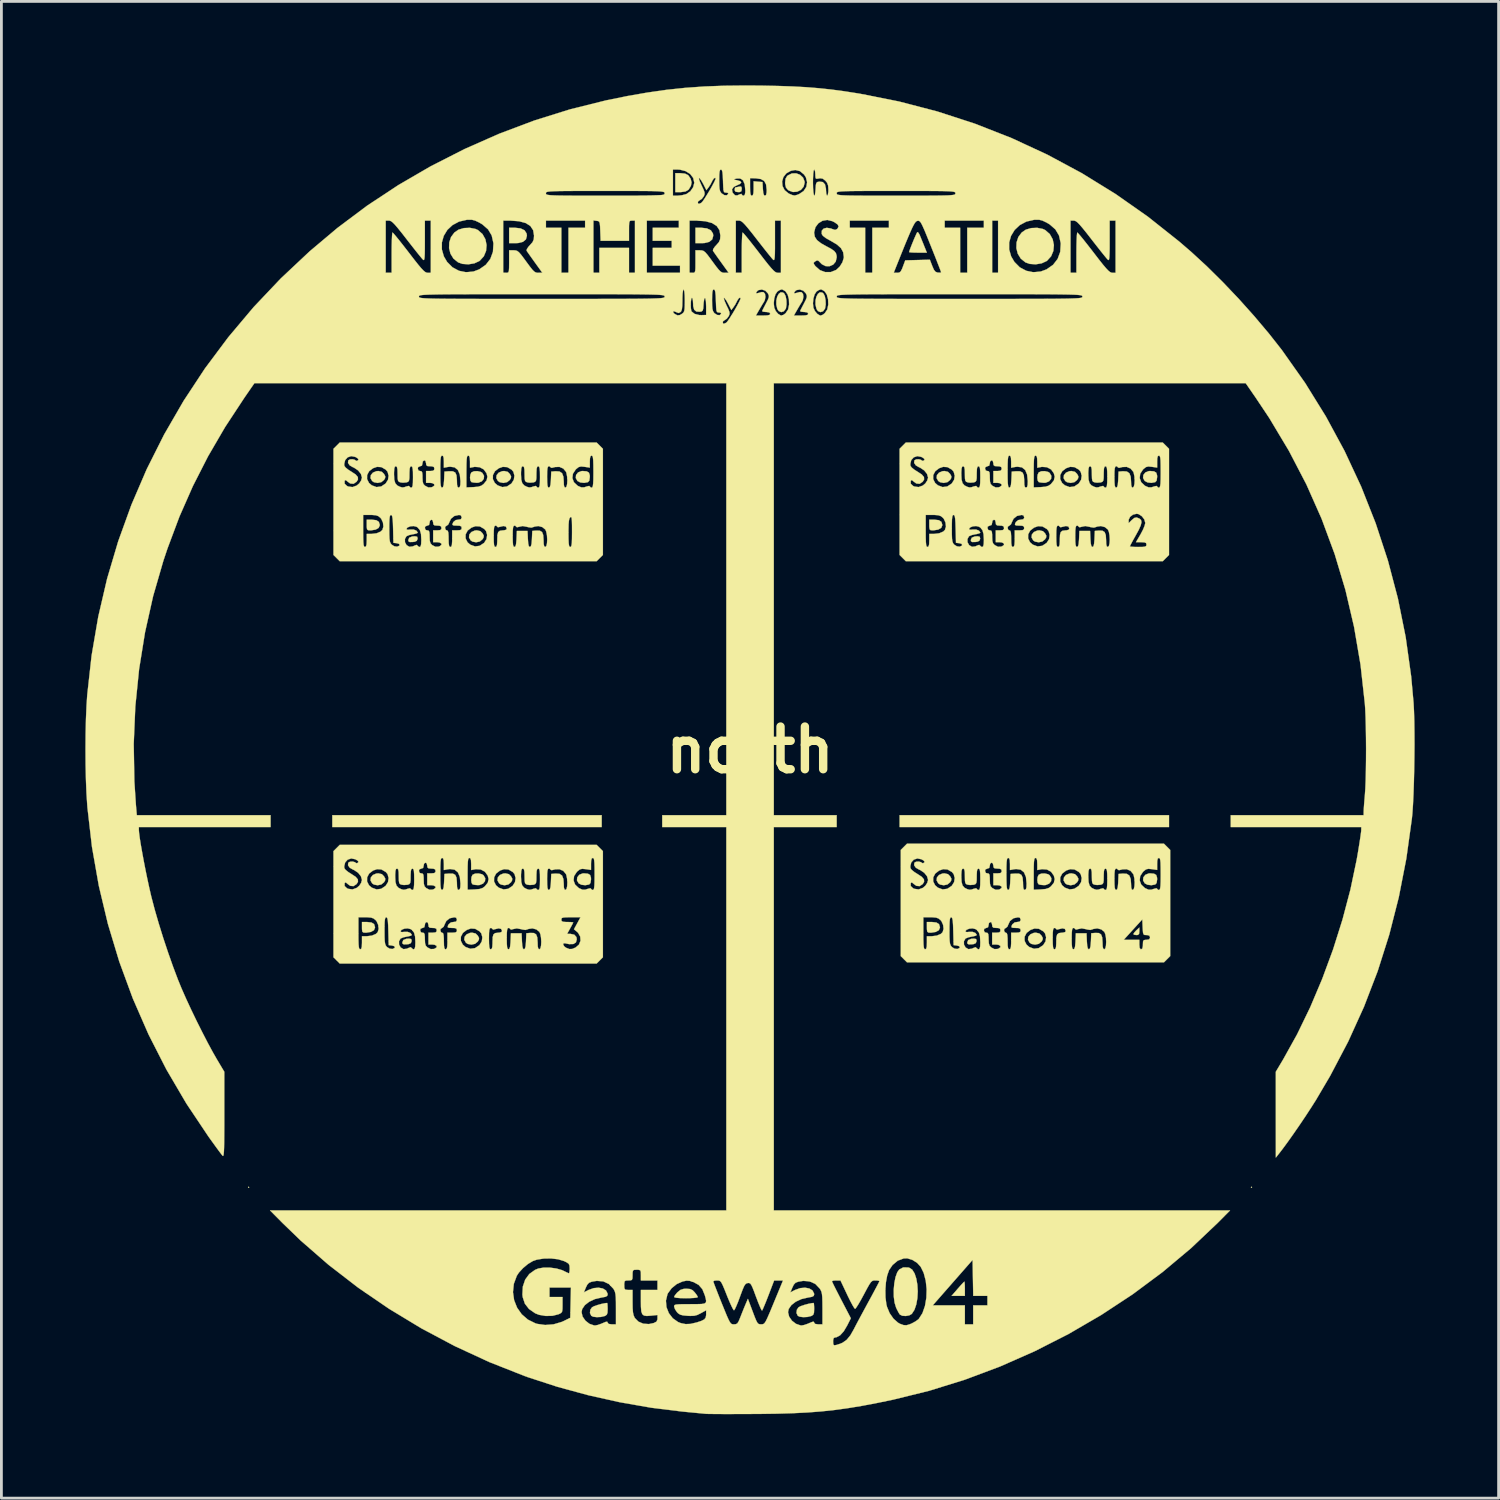
<source format=kicad_pcb>
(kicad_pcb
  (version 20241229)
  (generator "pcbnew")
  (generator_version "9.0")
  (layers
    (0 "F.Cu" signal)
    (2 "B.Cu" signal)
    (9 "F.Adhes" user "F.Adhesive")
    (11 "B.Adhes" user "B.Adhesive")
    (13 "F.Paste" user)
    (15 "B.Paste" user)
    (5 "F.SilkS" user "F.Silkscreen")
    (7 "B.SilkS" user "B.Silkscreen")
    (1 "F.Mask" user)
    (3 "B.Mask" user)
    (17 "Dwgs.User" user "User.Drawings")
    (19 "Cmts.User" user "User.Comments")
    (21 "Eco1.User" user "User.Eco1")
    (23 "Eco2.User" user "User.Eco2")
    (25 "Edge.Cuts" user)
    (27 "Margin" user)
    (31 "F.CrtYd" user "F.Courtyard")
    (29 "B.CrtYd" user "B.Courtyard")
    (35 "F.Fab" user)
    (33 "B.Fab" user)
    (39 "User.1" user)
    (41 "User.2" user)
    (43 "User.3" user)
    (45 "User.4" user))
  (footprint "north"
    (layer "F.Cu")
    (at 23.749 23.744)
    (property "Reference" "north" (at 0 0 0) (layer "F.SilkS") (effects (font (size 1.524 1.524) (thickness 0.3))))
    (attr through_hole)
    (fp_poly (pts (xy -17.894 15.626) (xy -17.916 15.647) (xy -17.937 15.626) (xy -17.916 15.605) (xy -17.894 15.626)) (stroke (width 0.01) (type solid)) (fill yes) (layer "F.SilkS"))
    (fp_poly (pts (xy -5.301 2.756) (xy -14.926 2.756) (xy -14.926 2.332) (xy -5.301 2.332) (xy -5.301 2.756)) (stroke (width 0.01) (type solid)) (fill yes) (layer "F.SilkS"))
    (fp_poly (pts (xy 14.969 2.756) (xy 5.343 2.756) (xy 5.343 2.332) (xy 14.969 2.332) (xy 14.969 2.756)) (stroke (width 0.01) (type solid)) (fill yes) (layer "F.SilkS"))
    (fp_poly (pts (xy 17.937 15.626) (xy 17.916 15.647) (xy 17.894 15.626) (xy 17.916 15.605) (xy 17.937 15.626)) (stroke (width 0.01) (type solid)) (fill yes) (layer "F.SilkS"))
    (fp_poly (pts (xy 7.667 19.036) (xy 7.673 19.136) (xy 7.675 19.251) (xy 7.675 19.506) (xy 7.2 19.506) (xy 7.421 19.251) (xy 7.526 19.132) (xy 7.608 19.043) (xy 7.654 18.999) (xy 7.658 18.997) (xy 7.667 19.036)) (stroke (width 0.01) (type solid)) (fill yes) (layer "F.SilkS"))
    (fp_poly (pts (xy 13.909 6.48) (xy 13.899 6.575) (xy 13.855 6.611) (xy 13.803 6.615) (xy 13.723 6.603) (xy 13.696 6.58) (xy 13.725 6.53) (xy 13.793 6.454) (xy 13.803 6.445) (xy 13.909 6.346) (xy 13.909 6.48)) (stroke (width 0.01) (type solid)) (fill yes) (layer "F.SilkS"))
    (fp_poly (pts (xy -8.2 -18.634) (xy -8.056 -18.565) (xy -7.983 -18.449) (xy -7.973 -18.372) (xy -8.008 -18.241) (xy -8.115 -18.153) (xy -8.288 -18.11) (xy -8.375 -18.107) (xy -8.608 -18.107) (xy -8.608 -18.658) (xy -8.414 -18.658) (xy -8.2 -18.634)) (stroke (width 0.01) (type solid)) (fill yes) (layer "F.SilkS"))
    (fp_poly (pts (xy -1.543 -18.634) (xy -1.399 -18.565) (xy -1.325 -18.449) (xy -1.315 -18.372) (xy -1.351 -18.241) (xy -1.458 -18.153) (xy -1.631 -18.11) (xy -1.717 -18.107) (xy -1.951 -18.107) (xy -1.951 -18.658) (xy -1.757 -18.658) (xy -1.543 -18.634)) (stroke (width 0.01) (type solid)) (fill yes) (layer "F.SilkS"))
    (fp_poly (pts (xy -12.107 6.757) (xy -12.09 6.816) (xy -12.093 6.838) (xy -12.12 6.904) (xy -12.192 6.937) (xy -12.265 6.946) (xy -12.371 6.948) (xy -12.416 6.923) (xy -12.424 6.877) (xy -12.389 6.792) (xy -12.283 6.749) (xy -12.185 6.742) (xy -12.107 6.757)) (stroke (width 0.01) (type solid)) (fill yes) (layer "F.SilkS"))
    (fp_poly (pts (xy -11.895 -7.618) (xy -11.878 -7.559) (xy -11.881 -7.537) (xy -11.908 -7.471) (xy -11.98 -7.438) (xy -12.053 -7.429) (xy -12.159 -7.427) (xy -12.204 -7.452) (xy -12.212 -7.498) (xy -12.177 -7.583) (xy -12.071 -7.626) (xy -11.973 -7.633) (xy -11.895 -7.618)) (stroke (width 0.01) (type solid)) (fill yes) (layer "F.SilkS"))
    (fp_poly (pts (xy 8.077 6.757) (xy 8.094 6.816) (xy 8.092 6.838) (xy 8.064 6.904) (xy 7.992 6.937) (xy 7.919 6.946) (xy 7.813 6.948) (xy 7.768 6.923) (xy 7.76 6.877) (xy 7.795 6.792) (xy 7.901 6.749) (xy 8 6.742) (xy 8.077 6.757)) (stroke (width 0.01) (type solid)) (fill yes) (layer "F.SilkS"))
    (fp_poly (pts (xy 8.204 -7.618) (xy 8.221 -7.559) (xy 8.219 -7.537) (xy 8.192 -7.471) (xy 8.119 -7.438) (xy 8.046 -7.429) (xy 7.941 -7.427) (xy 7.895 -7.452) (xy 7.887 -7.498) (xy 7.922 -7.583) (xy 8.028 -7.626) (xy 8.127 -7.633) (xy 8.204 -7.618)) (stroke (width 0.01) (type solid)) (fill yes) (layer "F.SilkS"))
    (fp_poly (pts (xy -0.298 -20.083) (xy -0.297 -20.041) (xy -0.31 -19.962) (xy -0.365 -19.933) (xy -0.424 -19.93) (xy -0.517 -19.943) (xy -0.55 -19.993) (xy -0.551 -20.015) (xy -0.538 -20.084) (xy -0.519 -20.1) (xy -0.457 -20.111) (xy -0.392 -20.126) (xy -0.322 -20.132) (xy -0.298 -20.083)) (stroke (width 0.01) (type solid)) (fill yes) (layer "F.SilkS"))
    (fp_poly (pts (xy -13.524 6.167) (xy -13.432 6.226) (xy -13.4 6.332) (xy -13.4 6.349) (xy -13.438 6.441) (xy -13.547 6.503) (xy -13.713 6.53) (xy -13.742 6.53) (xy -13.818 6.524) (xy -13.854 6.492) (xy -13.865 6.409) (xy -13.866 6.339) (xy -13.866 6.149) (xy -13.684 6.149) (xy -13.524 6.167)) (stroke (width 0.01) (type solid)) (fill yes) (layer "F.SilkS"))
    (fp_poly (pts (xy -13.354 -8.208) (xy -13.263 -8.149) (xy -13.23 -8.043) (xy -13.23 -8.026) (xy -13.269 -7.934) (xy -13.377 -7.872) (xy -13.544 -7.845) (xy -13.572 -7.845) (xy -13.649 -7.851) (xy -13.685 -7.883) (xy -13.696 -7.966) (xy -13.696 -8.036) (xy -13.696 -8.226) (xy -13.514 -8.226) (xy -13.354 -8.208)) (stroke (width 0.01) (type solid)) (fill yes) (layer "F.SilkS"))
    (fp_poly (pts (xy -13.154 -9.936) (xy -13.078 -9.859) (xy -13.033 -9.776) (xy -13.04 -9.711) (xy -13.078 -9.647) (xy -13.175 -9.567) (xy -13.307 -9.539) (xy -13.438 -9.564) (xy -13.503 -9.608) (xy -13.562 -9.712) (xy -13.549 -9.818) (xy -13.477 -9.906) (xy -13.355 -9.958) (xy -13.281 -9.965) (xy -13.154 -9.936)) (stroke (width 0.01) (type solid)) (fill yes) (layer "F.SilkS"))
    (fp_poly (pts (xy -13.154 4.439) (xy -13.078 4.516) (xy -13.033 4.599) (xy -13.04 4.664) (xy -13.078 4.728) (xy -13.175 4.808) (xy -13.307 4.836) (xy -13.438 4.811) (xy -13.503 4.767) (xy -13.562 4.662) (xy -13.549 4.557) (xy -13.477 4.469) (xy -13.355 4.417) (xy -13.281 4.41) (xy -13.154 4.439)) (stroke (width 0.01) (type solid)) (fill yes) (layer "F.SilkS"))
    (fp_poly (pts (xy -9.804 6.559) (xy -9.728 6.636) (xy -9.683 6.719) (xy -9.69 6.784) (xy -9.728 6.848) (xy -9.825 6.928) (xy -9.957 6.957) (xy -10.088 6.932) (xy -10.153 6.888) (xy -10.212 6.783) (xy -10.199 6.677) (xy -10.127 6.59) (xy -10.005 6.537) (xy -9.931 6.53) (xy -9.804 6.559)) (stroke (width 0.01) (type solid)) (fill yes) (layer "F.SilkS"))
    (fp_poly (pts (xy -9.635 -7.816) (xy -9.558 -7.739) (xy -9.513 -7.656) (xy -9.521 -7.59) (xy -9.558 -7.527) (xy -9.655 -7.447) (xy -9.787 -7.418) (xy -9.918 -7.443) (xy -9.983 -7.487) (xy -10.042 -7.592) (xy -10.03 -7.698) (xy -9.957 -7.785) (xy -9.835 -7.838) (xy -9.761 -7.845) (xy -9.635 -7.816)) (stroke (width 0.01) (type solid)) (fill yes) (layer "F.SilkS"))
    (fp_poly (pts (xy -8.659 -9.936) (xy -8.583 -9.859) (xy -8.538 -9.776) (xy -8.545 -9.711) (xy -8.583 -9.647) (xy -8.68 -9.567) (xy -8.812 -9.539) (xy -8.943 -9.564) (xy -9.008 -9.608) (xy -9.067 -9.712) (xy -9.055 -9.818) (xy -8.982 -9.906) (xy -8.86 -9.958) (xy -8.786 -9.965) (xy -8.659 -9.936)) (stroke (width 0.01) (type solid)) (fill yes) (layer "F.SilkS"))
    (fp_poly (pts (xy -8.617 4.439) (xy -8.541 4.516) (xy -8.496 4.599) (xy -8.503 4.664) (xy -8.541 4.728) (xy -8.638 4.808) (xy -8.77 4.836) (xy -8.901 4.811) (xy -8.965 4.767) (xy -9.025 4.662) (xy -9.012 4.557) (xy -8.939 4.469) (xy -8.818 4.417) (xy -8.743 4.41) (xy -8.617 4.439)) (stroke (width 0.01) (type solid)) (fill yes) (layer "F.SilkS"))
    (fp_poly (pts (xy -5.836 -9.953) (xy -5.757 -9.907) (xy -5.727 -9.813) (xy -5.725 -9.753) (xy -5.743 -9.621) (xy -5.792 -9.567) (xy -5.928 -9.541) (xy -6.067 -9.557) (xy -6.167 -9.608) (xy -6.227 -9.715) (xy -6.217 -9.823) (xy -6.147 -9.913) (xy -6.028 -9.961) (xy -5.979 -9.965) (xy -5.836 -9.953)) (stroke (width 0.01) (type solid)) (fill yes) (layer "F.SilkS"))
    (fp_poly (pts (xy -5.793 4.422) (xy -5.715 4.468) (xy -5.685 4.562) (xy -5.682 4.622) (xy -5.701 4.754) (xy -5.749 4.808) (xy -5.886 4.834) (xy -6.025 4.818) (xy -6.124 4.767) (xy -6.185 4.66) (xy -6.174 4.552) (xy -6.104 4.462) (xy -5.985 4.414) (xy -5.937 4.41) (xy -5.793 4.422)) (stroke (width 0.01) (type solid)) (fill yes) (layer "F.SilkS"))
    (fp_poly (pts (xy -2.324 -20.591) (xy -2.208 -20.532) (xy -2.13 -20.419) (xy -2.121 -20.398) (xy -2.089 -20.279) (xy -2.11 -20.167) (xy -2.121 -20.14) (xy -2.195 -20.019) (xy -2.304 -19.953) (xy -2.469 -19.93) (xy -2.499 -19.93) (xy -2.671 -19.93) (xy -2.671 -20.608) (xy -2.499 -20.608) (xy -2.324 -20.591)) (stroke (width 0.01) (type solid)) (fill yes) (layer "F.SilkS"))
    (fp_poly (pts (xy 6.66 6.167) (xy 6.752 6.226) (xy 6.784 6.332) (xy 6.785 6.349) (xy 6.746 6.441) (xy 6.637 6.503) (xy 6.471 6.53) (xy 6.443 6.53) (xy 6.366 6.524) (xy 6.33 6.492) (xy 6.319 6.409) (xy 6.318 6.339) (xy 6.318 6.149) (xy 6.501 6.149) (xy 6.66 6.167)) (stroke (width 0.01) (type solid)) (fill yes) (layer "F.SilkS"))
    (fp_poly (pts (xy 6.745 -8.208) (xy 6.837 -8.149) (xy 6.869 -8.043) (xy 6.869 -8.026) (xy 6.831 -7.934) (xy 6.722 -7.872) (xy 6.556 -7.845) (xy 6.527 -7.845) (xy 6.451 -7.851) (xy 6.415 -7.883) (xy 6.404 -7.966) (xy 6.403 -8.036) (xy 6.403 -8.226) (xy 6.585 -8.226) (xy 6.745 -8.208)) (stroke (width 0.01) (type solid)) (fill yes) (layer "F.SilkS"))
    (fp_poly (pts (xy 7.072 -9.936) (xy 7.149 -9.859) (xy 7.194 -9.776) (xy 7.187 -9.711) (xy 7.149 -9.647) (xy 7.052 -9.567) (xy 6.92 -9.539) (xy 6.789 -9.564) (xy 6.724 -9.608) (xy 6.665 -9.712) (xy 6.677 -9.818) (xy 6.75 -9.906) (xy 6.872 -9.958) (xy 6.946 -9.965) (xy 7.072 -9.936)) (stroke (width 0.01) (type solid)) (fill yes) (layer "F.SilkS"))
    (fp_poly (pts (xy 7.072 4.439) (xy 7.149 4.516) (xy 7.194 4.599) (xy 7.187 4.664) (xy 7.149 4.728) (xy 7.052 4.808) (xy 6.92 4.836) (xy 6.789 4.811) (xy 6.724 4.767) (xy 6.665 4.662) (xy 6.677 4.557) (xy 6.75 4.469) (xy 6.872 4.417) (xy 6.946 4.41) (xy 7.072 4.439)) (stroke (width 0.01) (type solid)) (fill yes) (layer "F.SilkS"))
    (fp_poly (pts (xy 10.338 6.559) (xy 10.414 6.636) (xy 10.459 6.719) (xy 10.452 6.784) (xy 10.414 6.848) (xy 10.317 6.928) (xy 10.185 6.957) (xy 10.054 6.932) (xy 9.989 6.888) (xy 9.93 6.783) (xy 9.942 6.677) (xy 10.015 6.59) (xy 10.137 6.537) (xy 10.211 6.53) (xy 10.338 6.559)) (stroke (width 0.01) (type solid)) (fill yes) (layer "F.SilkS"))
    (fp_poly (pts (xy 10.465 -7.816) (xy 10.541 -7.739) (xy 10.586 -7.656) (xy 10.579 -7.59) (xy 10.541 -7.527) (xy 10.444 -7.447) (xy 10.312 -7.418) (xy 10.181 -7.443) (xy 10.116 -7.487) (xy 10.057 -7.592) (xy 10.07 -7.698) (xy 10.142 -7.785) (xy 10.264 -7.838) (xy 10.338 -7.845) (xy 10.465 -7.816)) (stroke (width 0.01) (type solid)) (fill yes) (layer "F.SilkS"))
    (fp_poly (pts (xy 11.61 -9.936) (xy 11.686 -9.859) (xy 11.731 -9.776) (xy 11.724 -9.711) (xy 11.686 -9.647) (xy 11.589 -9.567) (xy 11.457 -9.539) (xy 11.326 -9.564) (xy 11.261 -9.608) (xy 11.202 -9.712) (xy 11.215 -9.818) (xy 11.287 -9.906) (xy 11.409 -9.958) (xy 11.483 -9.965) (xy 11.61 -9.936)) (stroke (width 0.01) (type solid)) (fill yes) (layer "F.SilkS"))
    (fp_poly (pts (xy 11.61 4.439) (xy 11.686 4.516) (xy 11.731 4.599) (xy 11.724 4.664) (xy 11.686 4.728) (xy 11.589 4.808) (xy 11.457 4.836) (xy 11.326 4.811) (xy 11.261 4.767) (xy 11.202 4.662) (xy 11.215 4.557) (xy 11.287 4.469) (xy 11.409 4.417) (xy 11.483 4.41) (xy 11.61 4.439)) (stroke (width 0.01) (type solid)) (fill yes) (layer "F.SilkS"))
    (fp_poly (pts (xy 14.433 -9.953) (xy 14.512 -9.907) (xy 14.542 -9.813) (xy 14.545 -9.753) (xy 14.526 -9.621) (xy 14.477 -9.567) (xy 14.341 -9.541) (xy 14.202 -9.557) (xy 14.102 -9.608) (xy 14.042 -9.715) (xy 14.052 -9.823) (xy 14.123 -9.913) (xy 14.241 -9.961) (xy 14.29 -9.965) (xy 14.433 -9.953)) (stroke (width 0.01) (type solid)) (fill yes) (layer "F.SilkS"))
    (fp_poly (pts (xy 14.433 4.422) (xy 14.512 4.468) (xy 14.542 4.562) (xy 14.545 4.622) (xy 14.526 4.754) (xy 14.477 4.808) (xy 14.341 4.834) (xy 14.202 4.818) (xy 14.102 4.767) (xy 14.042 4.66) (xy 14.052 4.552) (xy 14.123 4.462) (xy 14.241 4.414) (xy 14.29 4.41) (xy 14.433 4.422)) (stroke (width 0.01) (type solid)) (fill yes) (layer "F.SilkS"))
    (fp_poly (pts (xy -9.619 -9.933) (xy -9.565 -9.898) (xy -9.504 -9.791) (xy -9.514 -9.684) (xy -9.584 -9.597) (xy -9.704 -9.548) (xy -9.767 -9.544) (xy -9.878 -9.553) (xy -9.954 -9.569) (xy -9.992 -9.624) (xy -10.006 -9.723) (xy -9.995 -9.831) (xy -9.959 -9.911) (xy -9.956 -9.914) (xy -9.865 -9.956) (xy -9.739 -9.961) (xy -9.619 -9.933)) (stroke (width 0.01) (type solid)) (fill yes) (layer "F.SilkS"))
    (fp_poly (pts (xy -9.577 4.442) (xy -9.523 4.477) (xy -9.461 4.584) (xy -9.471 4.691) (xy -9.542 4.778) (xy -9.662 4.827) (xy -9.724 4.831) (xy -9.836 4.822) (xy -9.912 4.806) (xy -9.95 4.751) (xy -9.963 4.652) (xy -9.953 4.544) (xy -9.917 4.464) (xy -9.914 4.461) (xy -9.823 4.419) (xy -9.697 4.414) (xy -9.577 4.442)) (stroke (width 0.01) (type solid)) (fill yes) (layer "F.SilkS"))
    (fp_poly (pts (xy 1.177 -16.343) (xy 1.221 -16.31) (xy 1.27 -16.217) (xy 1.299 -16.074) (xy 1.304 -15.917) (xy 1.283 -15.781) (xy 1.277 -15.764) (xy 1.207 -15.67) (xy 1.114 -15.642) (xy 1.024 -15.68) (xy 0.974 -15.756) (xy 0.938 -15.909) (xy 0.939 -16.059) (xy 0.97 -16.193) (xy 1.025 -16.295) (xy 1.096 -16.35) (xy 1.177 -16.343)) (stroke (width 0.01) (type solid)) (fill yes) (layer "F.SilkS"))
    (fp_poly (pts (xy 2.576 -16.343) (xy 2.62 -16.31) (xy 2.669 -16.217) (xy 2.698 -16.074) (xy 2.704 -15.917) (xy 2.682 -15.781) (xy 2.676 -15.764) (xy 2.607 -15.67) (xy 2.514 -15.642) (xy 2.424 -15.68) (xy 2.374 -15.756) (xy 2.338 -15.909) (xy 2.339 -16.059) (xy 2.37 -16.193) (xy 2.424 -16.295) (xy 2.495 -16.35) (xy 2.576 -16.343)) (stroke (width 0.01) (type solid)) (fill yes) (layer "F.SilkS"))
    (fp_poly (pts (xy 10.65 -9.933) (xy 10.704 -9.898) (xy 10.766 -9.791) (xy 10.756 -9.684) (xy 10.685 -9.597) (xy 10.565 -9.548) (xy 10.503 -9.544) (xy 10.391 -9.553) (xy 10.315 -9.569) (xy 10.277 -9.624) (xy 10.263 -9.723) (xy 10.274 -9.831) (xy 10.31 -9.911) (xy 10.313 -9.914) (xy 10.404 -9.956) (xy 10.53 -9.961) (xy 10.65 -9.933)) (stroke (width 0.01) (type solid)) (fill yes) (layer "F.SilkS"))
    (fp_poly (pts (xy 10.65 4.442) (xy 10.704 4.477) (xy 10.766 4.584) (xy 10.756 4.691) (xy 10.685 4.778) (xy 10.565 4.827) (xy 10.503 4.831) (xy 10.391 4.822) (xy 10.315 4.806) (xy 10.277 4.751) (xy 10.263 4.652) (xy 10.274 4.544) (xy 10.31 4.464) (xy 10.313 4.461) (xy 10.404 4.419) (xy 10.53 4.414) (xy 10.65 4.442)) (stroke (width 0.01) (type solid)) (fill yes) (layer "F.SilkS"))
    (fp_poly (pts (xy 1.787 -20.549) (xy 1.894 -20.448) (xy 1.948 -20.309) (xy 1.951 -20.269) (xy 1.914 -20.122) (xy 1.818 -20.01) (xy 1.684 -19.945) (xy 1.533 -19.933) (xy 1.386 -19.986) (xy 1.352 -20.01) (xy 1.282 -20.094) (xy 1.255 -20.213) (xy 1.253 -20.269) (xy 1.268 -20.408) (xy 1.322 -20.5) (xy 1.352 -20.528) (xy 1.495 -20.598) (xy 1.647 -20.602) (xy 1.787 -20.549)) (stroke (width 0.01) (type solid)) (fill yes) (layer "F.SilkS"))
    (fp_poly (pts (xy -5.095 19.798) (xy -5.09 19.896) (xy -5.088 19.973) (xy -5.093 20.103) (xy -5.116 20.175) (xy -5.167 20.215) (xy -5.197 20.228) (xy -5.331 20.26) (xy -5.479 20.267) (xy -5.606 20.251) (xy -5.674 20.218) (xy -5.721 20.118) (xy -5.706 20.001) (xy -5.647 19.916) (xy -5.573 19.876) (xy -5.447 19.832) (xy -5.301 19.792) (xy -5.168 19.766) (xy -5.104 19.76) (xy -5.095 19.798)) (stroke (width 0.01) (type solid)) (fill yes) (layer "F.SilkS"))
    (fp_poly (pts (xy 2.283 19.798) (xy 2.289 19.896) (xy 2.29 19.973) (xy 2.285 20.103) (xy 2.262 20.175) (xy 2.211 20.215) (xy 2.181 20.228) (xy 2.047 20.26) (xy 1.9 20.267) (xy 1.773 20.251) (xy 1.705 20.218) (xy 1.658 20.118) (xy 1.673 20.001) (xy 1.731 19.916) (xy 1.805 19.876) (xy 1.931 19.832) (xy 2.077 19.792) (xy 2.211 19.766) (xy 2.274 19.76) (xy 2.283 19.798)) (stroke (width 0.01) (type solid)) (fill yes) (layer "F.SilkS"))
    (fp_poly (pts (xy 6.009 -18.487) (xy 6.055 -18.413) (xy 6.072 -18.373) (xy 6.127 -18.237) (xy 6.194 -18.073) (xy 6.227 -17.99) (xy 6.317 -17.767) (xy 6 -17.767) (xy 5.848 -17.77) (xy 5.735 -17.776) (xy 5.683 -17.786) (xy 5.682 -17.787) (xy 5.698 -17.841) (xy 5.738 -17.95) (xy 5.793 -18.089) (xy 5.854 -18.238) (xy 5.912 -18.371) (xy 5.956 -18.467) (xy 5.975 -18.5) (xy 6.009 -18.487)) (stroke (width 0.01) (type solid)) (fill yes) (layer "F.SilkS"))
    (fp_poly (pts (xy -2.142 19.262) (xy -2.051 19.305) (xy -1.976 19.382) (xy -1.906 19.474) (xy -1.868 19.541) (xy -1.866 19.552) (xy -1.905 19.568) (xy -2.011 19.581) (xy -2.167 19.589) (xy -2.29 19.591) (xy -2.507 19.586) (xy -2.648 19.573) (xy -2.711 19.552) (xy -2.714 19.545) (xy -2.686 19.489) (xy -2.617 19.403) (xy -2.59 19.375) (xy -2.485 19.291) (xy -2.37 19.256) (xy -2.276 19.251) (xy -2.142 19.262)) (stroke (width 0.01) (type solid)) (fill yes) (layer "F.SilkS"))
    (fp_poly (pts (xy -9.812 -18.615) (xy -9.721 -18.573) (xy -9.559 -18.43) (xy -9.456 -18.245) (xy -9.414 -18.039) (xy -9.432 -17.83) (xy -9.512 -17.638) (xy -9.655 -17.48) (xy -9.671 -17.468) (xy -9.85 -17.385) (xy -10.062 -17.35) (xy -10.275 -17.365) (xy -10.43 -17.419) (xy -10.596 -17.553) (xy -10.704 -17.729) (xy -10.754 -17.928) (xy -10.747 -18.133) (xy -10.684 -18.325) (xy -10.563 -18.487) (xy -10.415 -18.589) (xy -10.223 -18.645) (xy -10.01 -18.654) (xy -9.812 -18.615)) (stroke (width 0.01) (type solid)) (fill yes) (layer "F.SilkS"))
    (fp_poly (pts (xy 10.457 -18.615) (xy 10.548 -18.573) (xy 10.71 -18.43) (xy 10.813 -18.245) (xy 10.856 -18.039) (xy 10.837 -17.83) (xy 10.757 -17.638) (xy 10.614 -17.48) (xy 10.598 -17.468) (xy 10.419 -17.385) (xy 10.207 -17.35) (xy 9.994 -17.365) (xy 9.839 -17.419) (xy 9.673 -17.553) (xy 9.565 -17.729) (xy 9.515 -17.928) (xy 9.522 -18.133) (xy 9.585 -18.325) (xy 9.706 -18.487) (xy 9.854 -18.589) (xy 10.046 -18.645) (xy 10.259 -18.654) (xy 10.457 -18.615)) (stroke (width 0.01) (type solid)) (fill yes) (layer "F.SilkS"))
    (fp_poly (pts (xy 5.651 18.492) (xy 5.687 18.5) (xy 5.794 18.569) (xy 5.879 18.705) (xy 5.94 18.89) (xy 5.978 19.109) (xy 5.992 19.347) (xy 5.979 19.586) (xy 5.94 19.81) (xy 5.874 20.004) (xy 5.78 20.15) (xy 5.69 20.203) (xy 5.564 20.226) (xy 5.439 20.217) (xy 5.353 20.175) (xy 5.35 20.171) (xy 5.305 20.101) (xy 5.246 19.987) (xy 5.218 19.927) (xy 5.163 19.748) (xy 5.135 19.527) (xy 5.133 19.287) (xy 5.155 19.049) (xy 5.198 18.833) (xy 5.261 18.661) (xy 5.332 18.563) (xy 5.473 18.489) (xy 5.651 18.492)) (stroke (width 0.01) (type solid)) (fill yes) (layer "F.SilkS"))
    (fp_poly (pts (xy -5.258 -10.759) (xy -5.258 -6.966) (xy -5.37 -6.854) (xy -5.482 -6.742) (xy -14.66 -6.742) (xy -14.772 -6.854) (xy -14.884 -6.966) (xy -14.884 -8.396) (xy -13.824 -8.396) (xy -13.824 -7.824) (xy -13.822 -7.589) (xy -13.817 -7.427) (xy -13.808 -7.325) (xy -13.791 -7.271) (xy -13.767 -7.252) (xy -13.76 -7.251) (xy -13.722 -7.272) (xy -13.702 -7.345) (xy -13.696 -7.484) (xy -13.696 -7.718) (xy -13.524 -7.718) (xy -13.342 -7.74) (xy -13.2 -7.8) (xy -13.135 -7.862) (xy -13.122 -7.908) (xy -12.891 -7.908) (xy -12.889 -7.694) (xy -12.883 -7.547) (xy -12.87 -7.451) (xy -12.846 -7.387) (xy -12.81 -7.34) (xy -12.803 -7.333) (xy -12.71 -7.275) (xy -12.61 -7.262) (xy -12.536 -7.295) (xy -12.521 -7.322) (xy -12.544 -7.363) (xy -12.623 -7.386) (xy -12.742 -7.399) (xy -12.746 -7.538) (xy -12.331 -7.538) (xy -12.329 -7.421) (xy -12.273 -7.318) (xy -12.171 -7.257) (xy -12.05 -7.272) (xy -11.989 -7.3) (xy -11.914 -7.327) (xy -11.882 -7.3) (xy -11.832 -7.255) (xy -11.806 -7.251) (xy -11.771 -7.274) (xy -11.752 -7.352) (xy -11.746 -7.5) (xy -11.746 -7.508) (xy -11.757 -7.711) (xy -11.795 -7.849) (xy -11.859 -7.93) (xy -11.619 -7.93) (xy -11.589 -7.859) (xy -11.534 -7.845) (xy -11.485 -7.835) (xy -11.459 -7.79) (xy -11.45 -7.692) (xy -11.449 -7.614) (xy -11.443 -7.47) (xy -11.417 -7.382) (xy -11.365 -7.324) (xy -11.355 -7.317) (xy -11.242 -7.259) (xy -11.135 -7.263) (xy -11.092 -7.277) (xy -11.026 -7.325) (xy -11.032 -7.376) (xy -11.101 -7.413) (xy -11.173 -7.421) (xy -11.322 -7.421) (xy -11.322 -7.845) (xy -11.173 -7.845) (xy -11.071 -7.854) (xy -11.03 -7.891) (xy -11.025 -7.93) (xy -10.898 -7.93) (xy -10.871 -7.86) (xy -10.834 -7.845) (xy -10.8 -7.827) (xy -10.78 -7.765) (xy -10.772 -7.641) (xy -10.771 -7.548) (xy -10.767 -7.387) (xy -10.753 -7.294) (xy -10.727 -7.255) (xy -10.707 -7.251) (xy -10.672 -7.269) (xy -10.653 -7.331) (xy -10.644 -7.455) (xy -10.643 -7.548) (xy -10.643 -7.556) (xy -10.164 -7.556) (xy -10.095 -7.419) (xy -9.996 -7.333) (xy -9.827 -7.271) (xy -9.66 -7.293) (xy -9.504 -7.396) (xy -9.501 -7.399) (xy -9.417 -7.532) (xy -9.401 -7.633) (xy -9.159 -7.633) (xy -9.157 -7.447) (xy -9.148 -7.331) (xy -9.13 -7.27) (xy -9.1 -7.251) (xy -9.096 -7.251) (xy -9.06 -7.27) (xy -9.04 -7.336) (xy -9.032 -7.466) (xy -9.032 -7.522) (xy -9.028 -7.633) (xy -8.481 -7.633) (xy -8.478 -7.445) (xy -8.469 -7.329) (xy -8.45 -7.269) (xy -8.42 -7.251) (xy -8.419 -7.251) (xy -8.383 -7.274) (xy -8.361 -7.35) (xy -8.347 -7.494) (xy -8.345 -7.537) (xy -8.332 -7.824) (xy -7.951 -7.824) (xy -7.938 -7.537) (xy -7.926 -7.374) (xy -7.905 -7.283) (xy -7.871 -7.251) (xy -7.866 -7.251) (xy -7.831 -7.276) (xy -7.808 -7.359) (xy -7.795 -7.513) (xy -7.794 -7.537) (xy -7.781 -7.824) (xy -7.641 -7.837) (xy -7.511 -7.833) (xy -7.431 -7.784) (xy -7.39 -7.678) (xy -7.378 -7.501) (xy -7.378 -7.5) (xy -7.373 -7.354) (xy -7.355 -7.277) (xy -7.32 -7.251) (xy -7.315 -7.251) (xy -7.277 -7.289) (xy -7.255 -7.386) (xy -7.248 -7.517) (xy -7.256 -7.659) (xy -7.273 -7.755) (xy -6.488 -7.755) (xy -6.486 -7.537) (xy -6.48 -7.39) (xy -6.468 -7.303) (xy -6.449 -7.261) (xy -6.424 -7.251) (xy -6.398 -7.263) (xy -6.38 -7.308) (xy -6.368 -7.399) (xy -6.363 -7.547) (xy -6.361 -7.765) (xy -6.361 -7.808) (xy -6.362 -8.034) (xy -6.366 -8.186) (xy -6.374 -8.278) (xy -6.388 -8.319) (xy -6.41 -8.321) (xy -6.424 -8.311) (xy -6.453 -8.269) (xy -6.472 -8.189) (xy -6.483 -8.058) (xy -6.487 -7.862) (xy -6.488 -7.755) (xy -7.273 -7.755) (xy -7.278 -7.787) (xy -7.315 -7.874) (xy -7.422 -7.961) (xy -7.564 -7.999) (xy -7.703 -7.979) (xy -7.721 -7.97) (xy -7.815 -7.942) (xy -7.93 -7.959) (xy -7.967 -7.97) (xy -8.122 -7.999) (xy -8.237 -7.976) (xy -8.326 -7.954) (xy -8.354 -7.973) (xy -8.388 -8.01) (xy -8.417 -8.014) (xy -8.448 -7.999) (xy -8.468 -7.945) (xy -8.478 -7.837) (xy -8.481 -7.66) (xy -8.481 -7.633) (xy -9.028 -7.633) (xy -9.026 -7.686) (xy -8.999 -7.783) (xy -8.938 -7.83) (xy -8.832 -7.844) (xy -8.795 -7.845) (xy -8.712 -7.868) (xy -8.693 -7.91) (xy -8.725 -7.981) (xy -8.815 -8) (xy -8.919 -7.975) (xy -9.007 -7.954) (xy -9.032 -7.973) (xy -9.066 -8.01) (xy -9.096 -8.014) (xy -9.127 -7.999) (xy -9.146 -7.945) (xy -9.156 -7.837) (xy -9.159 -7.66) (xy -9.159 -7.633) (xy -9.401 -7.633) (xy -9.394 -7.681) (xy -9.433 -7.819) (xy -9.495 -7.893) (xy -9.652 -7.984) (xy -9.809 -7.994) (xy -9.951 -7.944) (xy -10.09 -7.837) (xy -10.162 -7.702) (xy -10.164 -7.556) (xy -10.643 -7.556) (xy -10.643 -7.845) (xy -10.474 -7.845) (xy -10.363 -7.852) (xy -10.314 -7.881) (xy -10.304 -7.93) (xy -10.318 -7.985) (xy -10.376 -8.01) (xy -10.474 -8.014) (xy -10.59 -8.019) (xy -10.635 -8.041) (xy -10.624 -8.096) (xy -10.6 -8.144) (xy -10.517 -8.212) (xy -10.43 -8.226) (xy -10.337 -8.24) (xy -10.305 -8.291) (xy -10.304 -8.311) (xy -10.332 -8.38) (xy -10.4 -8.395) (xy -10.564 -8.359) (xy -10.685 -8.261) (xy -10.737 -8.152) (xy -10.779 -8.058) (xy -10.831 -8.015) (xy -10.835 -8.014) (xy -10.886 -7.979) (xy -10.898 -7.93) (xy -11.025 -7.93) (xy -11.042 -7.988) (xy -11.106 -8.012) (xy -11.173 -8.014) (xy -11.274 -8.022) (xy -11.315 -8.058) (xy -11.322 -8.12) (xy -11.344 -8.206) (xy -11.385 -8.226) (xy -11.437 -8.19) (xy -11.449 -8.12) (xy -11.469 -8.037) (xy -11.534 -8.014) (xy -11.605 -7.984) (xy -11.619 -7.93) (xy -11.859 -7.93) (xy -11.867 -7.94) (xy -11.919 -7.974) (xy -12.023 -7.999) (xy -12.141 -7.988) (xy -12.237 -7.948) (xy -12.27 -7.909) (xy -12.266 -7.872) (xy -12.203 -7.867) (xy -12.147 -7.875) (xy -12.02 -7.873) (xy -11.921 -7.835) (xy -11.874 -7.77) (xy -11.873 -7.76) (xy -11.911 -7.736) (xy -12.005 -7.712) (xy -12.044 -7.706) (xy -12.17 -7.679) (xy -12.264 -7.641) (xy -12.278 -7.631) (xy -12.331 -7.538) (xy -12.746 -7.538) (xy -12.754 -7.898) (xy -12.761 -8.116) (xy -12.772 -8.263) (xy -12.787 -8.349) (xy -12.809 -8.389) (xy -12.829 -8.396) (xy -12.856 -8.382) (xy -12.874 -8.332) (xy -12.885 -8.231) (xy -12.89 -8.069) (xy -12.891 -7.908) (xy -13.122 -7.908) (xy -13.101 -7.979) (xy -13.116 -8.123) (xy -13.176 -8.254) (xy -13.207 -8.292) (xy -13.282 -8.353) (xy -13.371 -8.384) (xy -13.504 -8.395) (xy -13.567 -8.396) (xy -13.824 -8.396) (xy -14.884 -8.396) (xy -14.884 -10.218) (xy -14.501 -10.218) (xy -14.495 -10.15) (xy -14.452 -10.09) (xy -14.356 -10.012) (xy -14.248 -9.944) (xy -14.091 -9.841) (xy -14.013 -9.749) (xy -14.009 -9.66) (xy -14.06 -9.58) (xy -14.169 -9.508) (xy -14.286 -9.519) (xy -14.376 -9.584) (xy -14.44 -9.638) (xy -14.475 -9.63) (xy -14.486 -9.607) (xy -14.485 -9.511) (xy -14.402 -9.433) (xy -14.36 -9.412) (xy -14.205 -9.391) (xy -14.053 -9.446) (xy -13.962 -9.524) (xy -13.895 -9.627) (xy -13.881 -9.676) (xy -13.684 -9.676) (xy -13.615 -9.539) (xy -13.515 -9.453) (xy -13.346 -9.391) (xy -13.179 -9.413) (xy -13.024 -9.516) (xy -13.02 -9.52) (xy -12.936 -9.652) (xy -12.914 -9.801) (xy -12.926 -9.844) (xy -12.721 -9.844) (xy -12.712 -9.655) (xy -12.676 -9.53) (xy -12.607 -9.45) (xy -12.509 -9.401) (xy -12.429 -9.378) (xy -12.36 -9.385) (xy -12.279 -9.413) (xy -12.193 -9.433) (xy -12.17 -9.413) (xy -12.136 -9.376) (xy -12.106 -9.371) (xy -12.075 -9.386) (xy -12.056 -9.44) (xy -12.046 -9.549) (xy -12.043 -9.725) (xy -12.043 -9.753) (xy -12.045 -9.939) (xy -12.054 -10.05) (xy -11.873 -10.05) (xy -11.843 -9.979) (xy -11.788 -9.965) (xy -11.739 -9.955) (xy -11.714 -9.911) (xy -11.704 -9.812) (xy -11.704 -9.734) (xy -11.697 -9.59) (xy -11.672 -9.502) (xy -11.619 -9.445) (xy -11.609 -9.437) (xy -11.496 -9.379) (xy -11.389 -9.383) (xy -11.347 -9.397) (xy -11.28 -9.445) (xy -11.287 -9.496) (xy -11.355 -9.533) (xy -11.428 -9.541) (xy -11.576 -9.541) (xy -11.576 -9.944) (xy -11.067 -9.944) (xy -11.066 -9.708) (xy -11.061 -9.545) (xy -11.051 -9.443) (xy -11.034 -9.389) (xy -11.01 -9.372) (xy -11.006 -9.371) (xy -10.97 -9.394) (xy -10.947 -9.47) (xy -10.934 -9.615) (xy -10.932 -9.658) (xy -10.919 -9.944) (xy -10.757 -9.957) (xy -10.618 -9.954) (xy -10.532 -9.91) (xy -10.488 -9.81) (xy -10.474 -9.643) (xy -10.474 -9.621) (xy -10.469 -9.475) (xy -10.451 -9.397) (xy -10.416 -9.372) (xy -10.41 -9.371) (xy -10.372 -9.392) (xy -10.352 -9.466) (xy -10.347 -9.603) (xy -10.37 -9.838) (xy -10.416 -9.948) (xy -10.135 -9.948) (xy -10.135 -9.379) (xy -9.879 -9.39) (xy -9.712 -9.405) (xy -9.6 -9.441) (xy -9.52 -9.499) (xy -9.413 -9.63) (xy -9.403 -9.676) (xy -9.189 -9.676) (xy -9.12 -9.539) (xy -9.02 -9.453) (xy -8.851 -9.391) (xy -8.684 -9.413) (xy -8.529 -9.516) (xy -8.525 -9.52) (xy -8.441 -9.652) (xy -8.419 -9.801) (xy -8.431 -9.844) (xy -8.184 -9.844) (xy -8.174 -9.655) (xy -8.139 -9.53) (xy -8.069 -9.45) (xy -7.972 -9.401) (xy -7.892 -9.378) (xy -7.822 -9.385) (xy -7.741 -9.413) (xy -7.655 -9.433) (xy -7.633 -9.413) (xy -7.598 -9.376) (xy -7.569 -9.371) (xy -7.538 -9.386) (xy -7.519 -9.44) (xy -7.509 -9.549) (xy -7.506 -9.725) (xy -7.506 -9.753) (xy -7.251 -9.753) (xy -7.248 -9.566) (xy -7.239 -9.449) (xy -7.22 -9.389) (xy -7.191 -9.371) (xy -7.189 -9.371) (xy -7.154 -9.394) (xy -7.131 -9.47) (xy -7.117 -9.615) (xy -7.115 -9.658) (xy -7.103 -9.944) (xy -6.949 -9.957) (xy -6.807 -9.948) (xy -6.716 -9.886) (xy -6.669 -9.762) (xy -6.657 -9.601) (xy -6.652 -9.462) (xy -6.631 -9.39) (xy -6.594 -9.371) (xy -6.557 -9.409) (xy -6.535 -9.506) (xy -6.528 -9.636) (xy -6.533 -9.711) (xy -6.349 -9.711) (xy -6.293 -9.564) (xy -6.165 -9.443) (xy -6.144 -9.43) (xy -6.032 -9.382) (xy -5.932 -9.381) (xy -5.833 -9.413) (xy -5.747 -9.433) (xy -5.725 -9.413) (xy -5.69 -9.376) (xy -5.661 -9.371) (xy -5.635 -9.383) (xy -5.617 -9.428) (xy -5.606 -9.517) (xy -5.599 -9.663) (xy -5.597 -9.879) (xy -5.597 -9.944) (xy -5.599 -10.178) (xy -5.604 -10.34) (xy -5.614 -10.442) (xy -5.63 -10.497) (xy -5.654 -10.516) (xy -5.661 -10.516) (xy -5.701 -10.494) (xy -5.72 -10.416) (xy -5.725 -10.302) (xy -5.725 -10.087) (xy -5.914 -10.115) (xy -6.039 -10.127) (xy -6.123 -10.106) (xy -6.207 -10.04) (xy -6.232 -10.015) (xy -6.329 -9.868) (xy -6.349 -9.711) (xy -6.533 -9.711) (xy -6.538 -9.776) (xy -6.563 -9.9) (xy -6.578 -9.939) (xy -6.673 -10.053) (xy -6.813 -10.113) (xy -6.971 -10.107) (xy -6.995 -10.099) (xy -7.088 -10.077) (xy -7.124 -10.094) (xy -7.124 -10.094) (xy -7.158 -10.13) (xy -7.187 -10.135) (xy -7.219 -10.12) (xy -7.238 -10.065) (xy -7.248 -9.957) (xy -7.251 -9.781) (xy -7.251 -9.753) (xy -7.506 -9.753) (xy -7.508 -9.939) (xy -7.517 -10.055) (xy -7.535 -10.115) (xy -7.564 -10.134) (xy -7.569 -10.135) (xy -7.605 -10.116) (xy -7.625 -10.05) (xy -7.632 -9.921) (xy -7.633 -9.86) (xy -7.635 -9.711) (xy -7.647 -9.625) (xy -7.677 -9.582) (xy -7.731 -9.56) (xy -7.739 -9.558) (xy -7.867 -9.548) (xy -7.951 -9.558) (xy -8.008 -9.579) (xy -8.04 -9.618) (xy -8.054 -9.698) (xy -8.057 -9.839) (xy -8.057 -9.86) (xy -8.061 -10.014) (xy -8.076 -10.1) (xy -8.106 -10.133) (xy -8.12 -10.135) (xy -8.155 -10.117) (xy -8.175 -10.053) (xy -8.183 -9.928) (xy -8.184 -9.844) (xy -8.431 -9.844) (xy -8.458 -9.94) (xy -8.52 -10.013) (xy -8.676 -10.104) (xy -8.833 -10.114) (xy -8.975 -10.065) (xy -9.115 -9.958) (xy -9.187 -9.822) (xy -9.189 -9.676) (xy -9.403 -9.676) (xy -9.384 -9.761) (xy -9.416 -9.885) (xy -9.515 -10.022) (xy -9.663 -10.101) (xy -9.839 -10.114) (xy -9.86 -10.11) (xy -10.007 -10.083) (xy -10.007 -10.299) (xy -10.014 -10.434) (xy -10.037 -10.501) (xy -10.071 -10.516) (xy -10.097 -10.504) (xy -10.115 -10.459) (xy -10.126 -10.37) (xy -10.132 -10.223) (xy -10.134 -10.007) (xy -10.135 -9.948) (xy -10.416 -9.948) (xy -10.44 -10.002) (xy -10.556 -10.096) (xy -10.72 -10.119) (xy -10.796 -10.11) (xy -10.94 -10.083) (xy -10.94 -10.299) (xy -10.947 -10.434) (xy -10.969 -10.501) (xy -11.004 -10.516) (xy -11.03 -10.504) (xy -11.048 -10.46) (xy -11.059 -10.37) (xy -11.065 -10.224) (xy -11.067 -10.009) (xy -11.067 -9.944) (xy -11.576 -9.944) (xy -11.576 -9.965) (xy -11.428 -9.965) (xy -11.326 -9.974) (xy -11.284 -10.011) (xy -11.279 -10.05) (xy -11.296 -10.108) (xy -11.361 -10.132) (xy -11.428 -10.135) (xy -11.528 -10.142) (xy -11.569 -10.178) (xy -11.576 -10.241) (xy -11.598 -10.326) (xy -11.64 -10.347) (xy -11.691 -10.31) (xy -11.704 -10.241) (xy -11.723 -10.157) (xy -11.788 -10.135) (xy -11.859 -10.105) (xy -11.873 -10.05) (xy -12.054 -10.05) (xy -12.054 -10.055) (xy -12.072 -10.115) (xy -12.102 -10.134) (xy -12.106 -10.135) (xy -12.142 -10.116) (xy -12.162 -10.05) (xy -12.169 -9.921) (xy -12.17 -9.86) (xy -12.172 -9.711) (xy -12.185 -9.625) (xy -12.214 -9.582) (xy -12.268 -9.56) (xy -12.276 -9.558) (xy -12.404 -9.548) (xy -12.488 -9.558) (xy -12.545 -9.579) (xy -12.577 -9.618) (xy -12.591 -9.698) (xy -12.594 -9.839) (xy -12.594 -9.86) (xy -12.598 -10.014) (xy -12.614 -10.1) (xy -12.643 -10.133) (xy -12.658 -10.135) (xy -12.692 -10.117) (xy -12.712 -10.053) (xy -12.72 -9.928) (xy -12.721 -9.844) (xy -12.926 -9.844) (xy -12.953 -9.94) (xy -13.015 -10.013) (xy -13.171 -10.104) (xy -13.328 -10.114) (xy -13.47 -10.065) (xy -13.61 -9.958) (xy -13.682 -9.822) (xy -13.684 -9.676) (xy -13.881 -9.676) (xy -13.866 -9.727) (xy -13.866 -9.728) (xy -13.904 -9.861) (xy -14.004 -9.986) (xy -14.146 -10.082) (xy -14.185 -10.098) (xy -14.304 -10.166) (xy -14.365 -10.254) (xy -14.356 -10.343) (xy -14.354 -10.346) (xy -14.292 -10.381) (xy -14.197 -10.386) (xy -14.116 -10.363) (xy -14.099 -10.346) (xy -14.05 -10.324) (xy -14.002 -10.354) (xy -13.993 -10.385) (xy -14.028 -10.424) (xy -14.106 -10.469) (xy -14.251 -10.497) (xy -14.377 -10.454) (xy -14.466 -10.356) (xy -14.501 -10.218) (xy -14.884 -10.218) (xy -14.884 -10.759) (xy -14.66 -10.983) (xy -5.482 -10.983) (xy -5.258 -10.759)) (stroke (width 0.01) (type solid)) (fill yes) (layer "F.SilkS"))
    (fp_poly (pts (xy 15.011 3.574) (xy 15.011 7.367) (xy 14.899 7.479) (xy 14.787 7.59) (xy 5.609 7.59) (xy 5.497 7.479) (xy 5.385 7.367) (xy 5.385 5.979) (xy 6.191 5.979) (xy 6.191 6.551) (xy 6.192 6.786) (xy 6.197 6.948) (xy 6.207 7.05) (xy 6.223 7.104) (xy 6.247 7.123) (xy 6.255 7.124) (xy 6.293 7.103) (xy 6.313 7.029) (xy 6.318 6.891) (xy 6.318 6.657) (xy 6.491 6.657) (xy 6.672 6.635) (xy 6.815 6.575) (xy 6.879 6.513) (xy 6.893 6.467) (xy 7.124 6.467) (xy 7.125 6.681) (xy 7.132 6.828) (xy 7.145 6.924) (xy 7.169 6.987) (xy 7.205 7.035) (xy 7.211 7.042) (xy 7.305 7.1) (xy 7.405 7.113) (xy 7.479 7.08) (xy 7.494 7.053) (xy 7.47 7.012) (xy 7.391 6.989) (xy 7.272 6.975) (xy 7.269 6.837) (xy 7.641 6.837) (xy 7.643 6.954) (xy 7.699 7.057) (xy 7.801 7.118) (xy 7.923 7.103) (xy 7.983 7.075) (xy 8.058 7.048) (xy 8.09 7.075) (xy 8.141 7.12) (xy 8.166 7.124) (xy 8.202 7.101) (xy 8.221 7.023) (xy 8.226 6.875) (xy 8.226 6.867) (xy 8.215 6.664) (xy 8.177 6.526) (xy 8.113 6.445) (xy 8.354 6.445) (xy 8.384 6.516) (xy 8.438 6.53) (xy 8.488 6.54) (xy 8.513 6.585) (xy 8.522 6.683) (xy 8.523 6.761) (xy 8.53 6.905) (xy 8.555 6.993) (xy 8.607 7.05) (xy 8.617 7.058) (xy 8.731 7.116) (xy 8.837 7.112) (xy 8.88 7.098) (xy 8.946 7.05) (xy 8.94 6.999) (xy 8.871 6.962) (xy 8.799 6.954) (xy 8.65 6.954) (xy 8.65 6.53) (xy 8.799 6.53) (xy 8.901 6.521) (xy 8.942 6.484) (xy 8.947 6.445) (xy 9.074 6.445) (xy 9.101 6.514) (xy 9.138 6.53) (xy 9.173 6.548) (xy 9.192 6.61) (xy 9.201 6.734) (xy 9.202 6.827) (xy 9.205 6.988) (xy 9.219 7.081) (xy 9.245 7.12) (xy 9.265 7.124) (xy 9.3 7.106) (xy 9.32 7.044) (xy 9.328 6.92) (xy 9.329 6.827) (xy 9.329 6.819) (xy 9.808 6.819) (xy 9.877 6.956) (xy 9.977 7.042) (xy 10.146 7.104) (xy 10.313 7.082) (xy 10.468 6.979) (xy 10.472 6.976) (xy 10.556 6.843) (xy 10.571 6.742) (xy 10.813 6.742) (xy 10.816 6.928) (xy 10.825 7.044) (xy 10.843 7.105) (xy 10.872 7.124) (xy 10.877 7.124) (xy 10.913 7.105) (xy 10.932 7.039) (xy 10.94 6.909) (xy 10.94 6.853) (xy 10.944 6.742) (xy 11.491 6.742) (xy 11.494 6.93) (xy 11.504 7.046) (xy 11.522 7.106) (xy 11.552 7.124) (xy 11.553 7.124) (xy 11.589 7.101) (xy 11.612 7.025) (xy 11.625 6.881) (xy 11.627 6.838) (xy 11.64 6.551) (xy 12.022 6.551) (xy 12.034 6.838) (xy 12.046 7.001) (xy 12.068 7.092) (xy 12.101 7.124) (xy 12.106 7.124) (xy 12.142 7.099) (xy 12.164 7.016) (xy 12.177 6.862) (xy 12.179 6.838) (xy 12.191 6.551) (xy 12.332 6.538) (xy 12.461 6.542) (xy 12.541 6.591) (xy 12.582 6.697) (xy 12.594 6.874) (xy 12.594 6.875) (xy 12.599 7.021) (xy 12.617 7.098) (xy 12.652 7.124) (xy 12.658 7.124) (xy 12.695 7.086) (xy 12.717 6.989) (xy 12.724 6.858) (xy 12.72 6.785) (xy 13.351 6.785) (xy 13.909 6.785) (xy 13.909 6.954) (xy 13.919 7.072) (xy 13.954 7.121) (xy 13.972 7.124) (xy 14.016 7.096) (xy 14.035 7.003) (xy 14.036 6.954) (xy 14.041 6.845) (xy 14.068 6.797) (xy 14.136 6.785) (xy 14.163 6.785) (xy 14.256 6.771) (xy 14.289 6.722) (xy 14.29 6.7) (xy 14.27 6.637) (xy 14.194 6.616) (xy 14.165 6.615) (xy 14.098 6.612) (xy 14.059 6.589) (xy 14.04 6.528) (xy 14.031 6.41) (xy 14.027 6.335) (xy 14.015 6.055) (xy 13.683 6.42) (xy 13.351 6.785) (xy 12.72 6.785) (xy 12.717 6.716) (xy 12.694 6.588) (xy 12.658 6.501) (xy 12.551 6.414) (xy 12.408 6.376) (xy 12.269 6.396) (xy 12.251 6.405) (xy 12.158 6.433) (xy 12.042 6.416) (xy 12.005 6.405) (xy 11.85 6.376) (xy 11.735 6.399) (xy 11.646 6.421) (xy 11.619 6.402) (xy 11.584 6.365) (xy 11.555 6.361) (xy 11.524 6.375) (xy 11.505 6.43) (xy 11.495 6.538) (xy 11.492 6.715) (xy 11.491 6.742) (xy 10.944 6.742) (xy 10.946 6.689) (xy 10.973 6.592) (xy 11.034 6.545) (xy 11.141 6.531) (xy 11.177 6.53) (xy 11.26 6.507) (xy 11.279 6.465) (xy 11.247 6.394) (xy 11.158 6.375) (xy 11.054 6.4) (xy 10.966 6.421) (xy 10.94 6.402) (xy 10.906 6.365) (xy 10.877 6.361) (xy 10.846 6.375) (xy 10.826 6.43) (xy 10.816 6.538) (xy 10.813 6.715) (xy 10.813 6.742) (xy 10.571 6.742) (xy 10.578 6.694) (xy 10.539 6.556) (xy 10.477 6.482) (xy 10.321 6.391) (xy 10.164 6.381) (xy 10.022 6.431) (xy 9.882 6.537) (xy 9.81 6.673) (xy 9.808 6.819) (xy 9.329 6.819) (xy 9.329 6.53) (xy 9.498 6.53) (xy 9.609 6.523) (xy 9.659 6.494) (xy 9.668 6.445) (xy 9.654 6.39) (xy 9.596 6.365) (xy 9.498 6.361) (xy 9.382 6.356) (xy 9.337 6.334) (xy 9.348 6.279) (xy 9.373 6.231) (xy 9.455 6.163) (xy 9.542 6.149) (xy 9.635 6.135) (xy 9.667 6.084) (xy 9.668 6.064) (xy 9.641 5.995) (xy 9.573 5.98) (xy 9.409 6.016) (xy 9.287 6.114) (xy 9.235 6.223) (xy 9.194 6.317) (xy 9.141 6.36) (xy 9.137 6.361) (xy 9.086 6.396) (xy 9.074 6.445) (xy 8.947 6.445) (xy 8.931 6.387) (xy 8.866 6.363) (xy 8.799 6.361) (xy 8.698 6.353) (xy 8.657 6.317) (xy 8.65 6.255) (xy 8.628 6.169) (xy 8.587 6.149) (xy 8.536 6.185) (xy 8.523 6.255) (xy 8.503 6.338) (xy 8.438 6.361) (xy 8.368 6.391) (xy 8.354 6.445) (xy 8.113 6.445) (xy 8.105 6.435) (xy 8.053 6.401) (xy 7.949 6.376) (xy 7.831 6.387) (xy 7.736 6.427) (xy 7.702 6.466) (xy 7.706 6.503) (xy 7.769 6.508) (xy 7.826 6.5) (xy 7.952 6.502) (xy 8.052 6.54) (xy 8.098 6.604) (xy 8.099 6.615) (xy 8.062 6.639) (xy 7.968 6.663) (xy 7.928 6.669) (xy 7.803 6.696) (xy 7.708 6.734) (xy 7.695 6.744) (xy 7.641 6.837) (xy 7.269 6.837) (xy 7.26 6.477) (xy 7.253 6.259) (xy 7.243 6.112) (xy 7.228 6.026) (xy 7.206 5.986) (xy 7.186 5.979) (xy 7.159 5.993) (xy 7.14 6.043) (xy 7.13 6.143) (xy 7.125 6.306) (xy 7.124 6.467) (xy 6.893 6.467) (xy 6.914 6.396) (xy 6.898 6.252) (xy 6.839 6.121) (xy 6.808 6.083) (xy 6.733 6.022) (xy 6.644 5.991) (xy 6.511 5.98) (xy 6.447 5.979) (xy 6.191 5.979) (xy 5.385 5.979) (xy 5.385 4.157) (xy 5.725 4.157) (xy 5.732 4.225) (xy 5.775 4.285) (xy 5.871 4.363) (xy 5.979 4.431) (xy 6.136 4.534) (xy 6.214 4.626) (xy 6.218 4.715) (xy 6.167 4.795) (xy 6.058 4.867) (xy 5.941 4.856) (xy 5.851 4.791) (xy 5.786 4.737) (xy 5.752 4.745) (xy 5.741 4.767) (xy 5.742 4.864) (xy 5.825 4.942) (xy 5.867 4.962) (xy 6.021 4.984) (xy 6.174 4.929) (xy 6.265 4.851) (xy 6.332 4.748) (xy 6.346 4.699) (xy 6.543 4.699) (xy 6.612 4.836) (xy 6.712 4.922) (xy 6.88 4.984) (xy 7.047 4.962) (xy 7.203 4.859) (xy 7.207 4.855) (xy 7.29 4.723) (xy 7.313 4.574) (xy 7.301 4.531) (xy 7.548 4.531) (xy 7.558 4.72) (xy 7.593 4.845) (xy 7.663 4.925) (xy 7.76 4.974) (xy 7.84 4.997) (xy 7.909 4.99) (xy 7.99 4.962) (xy 8.077 4.942) (xy 8.099 4.962) (xy 8.134 4.999) (xy 8.163 5.004) (xy 8.194 4.989) (xy 8.213 4.935) (xy 8.223 4.826) (xy 8.226 4.65) (xy 8.226 4.622) (xy 8.224 4.436) (xy 8.215 4.325) (xy 8.396 4.325) (xy 8.426 4.396) (xy 8.481 4.41) (xy 8.53 4.42) (xy 8.556 4.464) (xy 8.565 4.563) (xy 8.566 4.641) (xy 8.572 4.785) (xy 8.597 4.873) (xy 8.65 4.93) (xy 8.66 4.938) (xy 8.773 4.996) (xy 8.88 4.992) (xy 8.923 4.978) (xy 8.989 4.93) (xy 8.982 4.879) (xy 8.914 4.842) (xy 8.841 4.834) (xy 8.693 4.834) (xy 8.693 4.431) (xy 9.159 4.431) (xy 9.161 4.667) (xy 9.166 4.83) (xy 9.176 4.932) (xy 9.193 4.986) (xy 9.217 5.003) (xy 9.221 5.004) (xy 9.257 4.981) (xy 9.28 4.905) (xy 9.293 4.76) (xy 9.295 4.717) (xy 9.308 4.431) (xy 9.47 4.418) (xy 9.609 4.42) (xy 9.695 4.465) (xy 9.739 4.565) (xy 9.753 4.732) (xy 9.753 4.754) (xy 9.758 4.9) (xy 9.776 4.978) (xy 9.811 5.003) (xy 9.817 5.004) (xy 9.855 4.983) (xy 9.875 4.909) (xy 9.88 4.772) (xy 9.857 4.537) (xy 9.81 4.427) (xy 10.135 4.427) (xy 10.135 4.996) (xy 10.39 4.985) (xy 10.557 4.97) (xy 10.669 4.934) (xy 10.75 4.876) (xy 10.856 4.745) (xy 10.866 4.699) (xy 11.08 4.699) (xy 11.149 4.836) (xy 11.249 4.922) (xy 11.418 4.984) (xy 11.585 4.962) (xy 11.74 4.859) (xy 11.744 4.855) (xy 11.828 4.723) (xy 11.85 4.574) (xy 11.838 4.531) (xy 12.085 4.531) (xy 12.095 4.72) (xy 12.13 4.845) (xy 12.2 4.925) (xy 12.297 4.974) (xy 12.377 4.997) (xy 12.447 4.99) (xy 12.528 4.962) (xy 12.614 4.942) (xy 12.636 4.962) (xy 12.671 4.999) (xy 12.7 5.004) (xy 12.731 4.989) (xy 12.75 4.935) (xy 12.76 4.826) (xy 12.764 4.65) (xy 12.764 4.622) (xy 13.018 4.622) (xy 13.021 4.809) (xy 13.03 4.926) (xy 13.049 4.986) (xy 13.078 5.004) (xy 13.08 5.004) (xy 13.115 4.981) (xy 13.138 4.905) (xy 13.152 4.76) (xy 13.154 4.717) (xy 13.166 4.431) (xy 13.32 4.418) (xy 13.462 4.427) (xy 13.553 4.489) (xy 13.6 4.613) (xy 13.612 4.773) (xy 13.618 4.913) (xy 13.638 4.984) (xy 13.675 5.004) (xy 13.712 4.966) (xy 13.734 4.869) (xy 13.741 4.739) (xy 13.736 4.664) (xy 13.921 4.664) (xy 13.976 4.811) (xy 14.104 4.932) (xy 14.125 4.944) (xy 14.237 4.993) (xy 14.337 4.994) (xy 14.436 4.962) (xy 14.522 4.942) (xy 14.545 4.962) (xy 14.579 4.999) (xy 14.608 5.004) (xy 14.634 4.992) (xy 14.652 4.947) (xy 14.664 4.858) (xy 14.67 4.712) (xy 14.672 4.496) (xy 14.672 4.431) (xy 14.67 4.197) (xy 14.666 4.035) (xy 14.656 3.933) (xy 14.639 3.878) (xy 14.615 3.859) (xy 14.608 3.859) (xy 14.568 3.881) (xy 14.549 3.959) (xy 14.545 4.073) (xy 14.545 4.288) (xy 14.355 4.26) (xy 14.23 4.248) (xy 14.146 4.269) (xy 14.062 4.335) (xy 14.037 4.36) (xy 13.94 4.507) (xy 13.921 4.664) (xy 13.736 4.664) (xy 13.732 4.599) (xy 13.706 4.475) (xy 13.691 4.436) (xy 13.596 4.321) (xy 13.457 4.262) (xy 13.299 4.268) (xy 13.274 4.276) (xy 13.181 4.298) (xy 13.145 4.281) (xy 13.145 4.281) (xy 13.111 4.245) (xy 13.082 4.24) (xy 13.051 4.255) (xy 13.031 4.31) (xy 13.021 4.418) (xy 13.018 4.594) (xy 13.018 4.622) (xy 12.764 4.622) (xy 12.761 4.436) (xy 12.752 4.32) (xy 12.734 4.26) (xy 12.705 4.241) (xy 12.7 4.24) (xy 12.664 4.259) (xy 12.644 4.325) (xy 12.637 4.454) (xy 12.636 4.515) (xy 12.634 4.664) (xy 12.622 4.75) (xy 12.592 4.793) (xy 12.538 4.815) (xy 12.53 4.817) (xy 12.402 4.827) (xy 12.318 4.817) (xy 12.261 4.796) (xy 12.229 4.756) (xy 12.216 4.677) (xy 12.212 4.536) (xy 12.212 4.515) (xy 12.208 4.361) (xy 12.193 4.275) (xy 12.163 4.242) (xy 12.149 4.24) (xy 12.114 4.258) (xy 12.094 4.322) (xy 12.086 4.447) (xy 12.085 4.531) (xy 11.838 4.531) (xy 11.811 4.435) (xy 11.749 4.362) (xy 11.593 4.271) (xy 11.436 4.261) (xy 11.294 4.31) (xy 11.154 4.417) (xy 11.082 4.553) (xy 11.08 4.699) (xy 10.866 4.699) (xy 10.885 4.614) (xy 10.853 4.49) (xy 10.755 4.353) (xy 10.606 4.273) (xy 10.43 4.261) (xy 10.409 4.265) (xy 10.262 4.292) (xy 10.262 4.076) (xy 10.255 3.941) (xy 10.233 3.874) (xy 10.198 3.859) (xy 10.172 3.871) (xy 10.154 3.915) (xy 10.143 4.005) (xy 10.137 4.152) (xy 10.135 4.368) (xy 10.135 4.427) (xy 9.81 4.427) (xy 9.787 4.373) (xy 9.671 4.279) (xy 9.507 4.256) (xy 9.43 4.265) (xy 9.286 4.292) (xy 9.286 4.076) (xy 9.28 3.941) (xy 9.257 3.874) (xy 9.223 3.859) (xy 9.197 3.871) (xy 9.179 3.915) (xy 9.167 4.004) (xy 9.161 4.151) (xy 9.159 4.366) (xy 9.159 4.431) (xy 8.693 4.431) (xy 8.693 4.41) (xy 8.841 4.41) (xy 8.944 4.401) (xy 8.985 4.363) (xy 8.99 4.325) (xy 8.973 4.267) (xy 8.908 4.243) (xy 8.841 4.24) (xy 8.741 4.232) (xy 8.7 4.197) (xy 8.693 4.134) (xy 8.671 4.049) (xy 8.629 4.028) (xy 8.578 4.065) (xy 8.566 4.134) (xy 8.546 4.218) (xy 8.481 4.24) (xy 8.41 4.27) (xy 8.396 4.325) (xy 8.215 4.325) (xy 8.215 4.32) (xy 8.197 4.26) (xy 8.167 4.241) (xy 8.163 4.24) (xy 8.127 4.259) (xy 8.107 4.325) (xy 8.1 4.454) (xy 8.099 4.515) (xy 8.097 4.664) (xy 8.085 4.75) (xy 8.055 4.793) (xy 8.001 4.815) (xy 7.993 4.817) (xy 7.865 4.827) (xy 7.781 4.817) (xy 7.724 4.796) (xy 7.692 4.756) (xy 7.678 4.677) (xy 7.675 4.536) (xy 7.675 4.515) (xy 7.671 4.361) (xy 7.656 4.275) (xy 7.626 4.242) (xy 7.612 4.24) (xy 7.577 4.258) (xy 7.557 4.322) (xy 7.549 4.447) (xy 7.548 4.531) (xy 7.301 4.531) (xy 7.274 4.435) (xy 7.212 4.362) (xy 7.055 4.271) (xy 6.899 4.261) (xy 6.757 4.31) (xy 6.617 4.417) (xy 6.545 4.553) (xy 6.543 4.699) (xy 6.346 4.699) (xy 6.361 4.648) (xy 6.361 4.647) (xy 6.323 4.514) (xy 6.223 4.389) (xy 6.081 4.293) (xy 6.041 4.277) (xy 5.923 4.209) (xy 5.862 4.121) (xy 5.871 4.032) (xy 5.873 4.029) (xy 5.935 3.994) (xy 6.03 3.989) (xy 6.111 4.012) (xy 6.128 4.029) (xy 6.177 4.051) (xy 6.225 4.021) (xy 6.233 3.99) (xy 6.199 3.951) (xy 6.12 3.906) (xy 5.976 3.878) (xy 5.85 3.921) (xy 5.76 4.019) (xy 5.725 4.157) (xy 5.385 4.157) (xy 5.385 3.574) (xy 5.609 3.35) (xy 14.787 3.35) (xy 15.011 3.574)) (stroke (width 0.01) (type solid)) (fill yes) (layer "F.SilkS"))
    (fp_poly (pts (xy -5.258 3.616) (xy -5.258 7.409) (xy -5.37 7.521) (xy -5.482 7.633) (xy -14.66 7.633) (xy -14.772 7.521) (xy -14.884 7.409) (xy -14.884 5.979) (xy -13.993 5.979) (xy -13.993 6.551) (xy -13.992 6.786) (xy -13.987 6.948) (xy -13.977 7.05) (xy -13.961 7.104) (xy -13.937 7.123) (xy -13.93 7.124) (xy -13.891 7.103) (xy -13.872 7.029) (xy -13.866 6.891) (xy -13.866 6.657) (xy -13.694 6.657) (xy -13.512 6.635) (xy -13.369 6.575) (xy -13.305 6.513) (xy -13.291 6.467) (xy -13.06 6.467) (xy -13.059 6.681) (xy -13.053 6.828) (xy -13.039 6.924) (xy -13.016 6.987) (xy -12.98 7.035) (xy -12.973 7.042) (xy -12.879 7.1) (xy -12.78 7.113) (xy -12.706 7.08) (xy -12.69 7.053) (xy -12.714 7.012) (xy -12.793 6.989) (xy -12.912 6.975) (xy -12.915 6.837) (xy -12.543 6.837) (xy -12.541 6.954) (xy -12.485 7.057) (xy -12.383 7.118) (xy -12.262 7.103) (xy -12.201 7.075) (xy -12.126 7.048) (xy -12.094 7.075) (xy -12.044 7.12) (xy -12.018 7.124) (xy -11.983 7.101) (xy -11.964 7.023) (xy -11.958 6.875) (xy -11.958 6.867) (xy -11.969 6.664) (xy -12.007 6.526) (xy -12.071 6.445) (xy -11.788 6.445) (xy -11.758 6.516) (xy -11.704 6.53) (xy -11.654 6.54) (xy -11.629 6.585) (xy -11.62 6.683) (xy -11.619 6.761) (xy -11.612 6.905) (xy -11.587 6.993) (xy -11.535 7.05) (xy -11.524 7.058) (xy -11.411 7.116) (xy -11.304 7.112) (xy -11.262 7.098) (xy -11.196 7.05) (xy -11.202 6.999) (xy -11.271 6.962) (xy -11.343 6.954) (xy -11.491 6.954) (xy -11.491 6.53) (xy -11.343 6.53) (xy -11.241 6.521) (xy -11.2 6.484) (xy -11.195 6.445) (xy -11.067 6.445) (xy -11.041 6.514) (xy -11.004 6.53) (xy -10.969 6.548) (xy -10.95 6.61) (xy -10.941 6.734) (xy -10.94 6.827) (xy -10.936 6.988) (xy -10.923 7.081) (xy -10.897 7.12) (xy -10.877 7.124) (xy -10.842 7.106) (xy -10.822 7.044) (xy -10.814 6.92) (xy -10.813 6.827) (xy -10.813 6.819) (xy -10.334 6.819) (xy -10.265 6.956) (xy -10.165 7.042) (xy -9.996 7.104) (xy -9.829 7.082) (xy -9.674 6.979) (xy -9.67 6.976) (xy -9.586 6.843) (xy -9.571 6.742) (xy -9.329 6.742) (xy -9.326 6.928) (xy -9.317 7.044) (xy -9.299 7.105) (xy -9.27 7.124) (xy -9.265 7.124) (xy -9.229 7.105) (xy -9.21 7.039) (xy -9.202 6.909) (xy -9.202 6.853) (xy -9.197 6.742) (xy -8.693 6.742) (xy -8.69 6.93) (xy -8.681 7.046) (xy -8.662 7.106) (xy -8.632 7.124) (xy -8.631 7.124) (xy -8.595 7.101) (xy -8.573 7.025) (xy -8.559 6.881) (xy -8.557 6.838) (xy -8.544 6.551) (xy -8.163 6.551) (xy -8.15 6.838) (xy -8.138 7.001) (xy -8.117 7.092) (xy -8.083 7.124) (xy -8.078 7.124) (xy -8.043 7.099) (xy -8.02 7.016) (xy -8.007 6.862) (xy -8.006 6.838) (xy -7.993 6.551) (xy -7.853 6.538) (xy -7.723 6.542) (xy -7.643 6.591) (xy -7.602 6.697) (xy -7.59 6.874) (xy -7.59 6.875) (xy -7.585 7.021) (xy -7.567 7.098) (xy -7.532 7.124) (xy -7.527 7.124) (xy -7.489 7.086) (xy -7.467 6.989) (xy -7.46 6.858) (xy -7.468 6.716) (xy -7.49 6.588) (xy -7.527 6.501) (xy -7.634 6.414) (xy -7.776 6.376) (xy -7.915 6.396) (xy -7.933 6.405) (xy -8.027 6.433) (xy -8.142 6.416) (xy -8.179 6.405) (xy -8.334 6.376) (xy -8.449 6.399) (xy -8.538 6.421) (xy -8.566 6.402) (xy -8.6 6.365) (xy -8.629 6.361) (xy -8.66 6.375) (xy -8.68 6.43) (xy -8.69 6.538) (xy -8.693 6.715) (xy -8.693 6.742) (xy -9.197 6.742) (xy -9.195 6.689) (xy -9.168 6.592) (xy -9.108 6.545) (xy -9.001 6.531) (xy -8.965 6.53) (xy -8.882 6.507) (xy -8.862 6.465) (xy -8.895 6.394) (xy -8.984 6.375) (xy -9.088 6.4) (xy -9.176 6.421) (xy -9.202 6.402) (xy -9.236 6.365) (xy -9.265 6.361) (xy -9.296 6.375) (xy -9.316 6.43) (xy -9.326 6.538) (xy -9.329 6.715) (xy -9.329 6.742) (xy -9.571 6.742) (xy -9.564 6.694) (xy -9.603 6.556) (xy -9.665 6.482) (xy -9.821 6.391) (xy -9.978 6.381) (xy -10.12 6.431) (xy -10.26 6.537) (xy -10.332 6.673) (xy -10.334 6.819) (xy -10.813 6.819) (xy -10.813 6.53) (xy -10.643 6.53) (xy -10.532 6.523) (xy -10.483 6.494) (xy -10.474 6.445) (xy -10.488 6.39) (xy -10.546 6.365) (xy -10.643 6.361) (xy -10.759 6.356) (xy -10.805 6.334) (xy -10.794 6.279) (xy -10.769 6.231) (xy -10.687 6.163) (xy -10.6 6.149) (xy -10.507 6.135) (xy -10.475 6.084) (xy -10.474 6.064) (xy -6.742 6.064) (xy -6.731 6.115) (xy -6.684 6.14) (xy -6.579 6.148) (xy -6.53 6.149) (xy -6.409 6.151) (xy -6.332 6.159) (xy -6.318 6.164) (xy -6.337 6.207) (xy -6.386 6.3) (xy -6.428 6.376) (xy -6.537 6.573) (xy -6.415 6.573) (xy -6.279 6.602) (xy -6.204 6.686) (xy -6.191 6.767) (xy -6.221 6.878) (xy -6.311 6.935) (xy -6.464 6.939) (xy -6.615 6.908) (xy -6.67 6.914) (xy -6.675 6.959) (xy -6.637 7.021) (xy -6.573 7.069) (xy -6.455 7.115) (xy -6.354 7.111) (xy -6.232 7.059) (xy -6.114 6.957) (xy -6.058 6.819) (xy -6.068 6.67) (xy -6.145 6.534) (xy -6.18 6.501) (xy -6.292 6.408) (xy -6.175 6.194) (xy -6.058 5.979) (xy -6.4 5.979) (xy -6.57 5.981) (xy -6.672 5.989) (xy -6.723 6.007) (xy -6.741 6.041) (xy -6.742 6.064) (xy -10.474 6.064) (xy -10.501 5.995) (xy -10.569 5.98) (xy -10.733 6.016) (xy -10.854 6.114) (xy -10.907 6.223) (xy -10.948 6.317) (xy -11.001 6.36) (xy -11.005 6.361) (xy -11.056 6.396) (xy -11.067 6.445) (xy -11.195 6.445) (xy -11.211 6.387) (xy -11.276 6.363) (xy -11.343 6.361) (xy -11.443 6.353) (xy -11.485 6.317) (xy -11.491 6.255) (xy -11.514 6.169) (xy -11.555 6.149) (xy -11.606 6.185) (xy -11.619 6.255) (xy -11.639 6.338) (xy -11.704 6.361) (xy -11.774 6.391) (xy -11.788 6.445) (xy -12.071 6.445) (xy -12.079 6.435) (xy -12.131 6.401) (xy -12.235 6.376) (xy -12.353 6.387) (xy -12.449 6.427) (xy -12.482 6.466) (xy -12.478 6.503) (xy -12.415 6.508) (xy -12.359 6.5) (xy -12.232 6.502) (xy -12.133 6.54) (xy -12.086 6.604) (xy -12.085 6.615) (xy -12.123 6.639) (xy -12.217 6.663) (xy -12.256 6.669) (xy -12.382 6.696) (xy -12.476 6.734) (xy -12.49 6.744) (xy -12.543 6.837) (xy -12.915 6.837) (xy -12.924 6.477) (xy -12.931 6.259) (xy -12.941 6.112) (xy -12.956 6.026) (xy -12.978 5.986) (xy -12.998 5.979) (xy -13.026 5.993) (xy -13.044 6.043) (xy -13.055 6.143) (xy -13.06 6.306) (xy -13.06 6.467) (xy -13.291 6.467) (xy -13.27 6.396) (xy -13.286 6.252) (xy -13.345 6.121) (xy -13.377 6.083) (xy -13.452 6.022) (xy -13.541 5.991) (xy -13.673 5.98) (xy -13.737 5.979) (xy -13.993 5.979) (xy -14.884 5.979) (xy -14.884 4.157) (xy -14.501 4.157) (xy -14.495 4.225) (xy -14.452 4.285) (xy -14.356 4.363) (xy -14.248 4.431) (xy -14.091 4.534) (xy -14.013 4.626) (xy -14.009 4.715) (xy -14.06 4.795) (xy -14.169 4.867) (xy -14.286 4.856) (xy -14.376 4.791) (xy -14.44 4.737) (xy -14.475 4.745) (xy -14.486 4.767) (xy -14.485 4.864) (xy -14.402 4.942) (xy -14.36 4.962) (xy -14.205 4.984) (xy -14.053 4.929) (xy -13.962 4.851) (xy -13.895 4.748) (xy -13.881 4.699) (xy -13.684 4.699) (xy -13.615 4.836) (xy -13.515 4.922) (xy -13.346 4.984) (xy -13.179 4.962) (xy -13.024 4.859) (xy -13.02 4.855) (xy -12.936 4.723) (xy -12.914 4.574) (xy -12.926 4.531) (xy -12.679 4.531) (xy -12.669 4.72) (xy -12.634 4.845) (xy -12.564 4.925) (xy -12.467 4.974) (xy -12.387 4.997) (xy -12.317 4.99) (xy -12.236 4.962) (xy -12.15 4.942) (xy -12.128 4.962) (xy -12.093 4.999) (xy -12.064 5.004) (xy -12.033 4.989) (xy -12.014 4.935) (xy -12.004 4.826) (xy -12 4.65) (xy -12 4.622) (xy -12.003 4.436) (xy -12.011 4.325) (xy -11.831 4.325) (xy -11.801 4.396) (xy -11.746 4.41) (xy -11.697 4.42) (xy -11.671 4.464) (xy -11.662 4.563) (xy -11.661 4.641) (xy -11.655 4.785) (xy -11.63 4.873) (xy -11.577 4.93) (xy -11.567 4.938) (xy -11.454 4.996) (xy -11.347 4.992) (xy -11.304 4.978) (xy -11.238 4.93) (xy -11.244 4.879) (xy -11.313 4.842) (xy -11.385 4.834) (xy -11.534 4.834) (xy -11.534 4.431) (xy -11.067 4.431) (xy -11.066 4.667) (xy -11.061 4.83) (xy -11.051 4.932) (xy -11.034 4.986) (xy -11.01 5.003) (xy -11.006 5.004) (xy -10.97 4.981) (xy -10.947 4.905) (xy -10.934 4.76) (xy -10.932 4.717) (xy -10.919 4.431) (xy -10.757 4.418) (xy -10.618 4.42) (xy -10.532 4.465) (xy -10.488 4.565) (xy -10.474 4.732) (xy -10.474 4.754) (xy -10.469 4.9) (xy -10.451 4.978) (xy -10.416 5.003) (xy -10.41 5.004) (xy -10.372 4.983) (xy -10.352 4.909) (xy -10.347 4.772) (xy -10.37 4.537) (xy -10.416 4.427) (xy -10.092 4.427) (xy -10.092 4.996) (xy -9.837 4.985) (xy -9.67 4.97) (xy -9.557 4.934) (xy -9.477 4.876) (xy -9.371 4.745) (xy -9.361 4.699) (xy -9.147 4.699) (xy -9.078 4.836) (xy -8.978 4.922) (xy -8.809 4.984) (xy -8.642 4.962) (xy -8.487 4.859) (xy -8.483 4.855) (xy -8.399 4.723) (xy -8.376 4.574) (xy -8.389 4.531) (xy -8.184 4.531) (xy -8.174 4.72) (xy -8.139 4.845) (xy -8.069 4.925) (xy -7.972 4.974) (xy -7.892 4.997) (xy -7.822 4.99) (xy -7.741 4.962) (xy -7.655 4.942) (xy -7.633 4.962) (xy -7.598 4.999) (xy -7.569 5.004) (xy -7.538 4.989) (xy -7.519 4.935) (xy -7.509 4.826) (xy -7.506 4.65) (xy -7.506 4.622) (xy -7.251 4.622) (xy -7.248 4.809) (xy -7.239 4.926) (xy -7.22 4.986) (xy -7.191 5.004) (xy -7.189 5.004) (xy -7.154 4.981) (xy -7.131 4.905) (xy -7.117 4.76) (xy -7.115 4.717) (xy -7.103 4.431) (xy -6.949 4.418) (xy -6.807 4.427) (xy -6.716 4.489) (xy -6.669 4.613) (xy -6.657 4.773) (xy -6.652 4.913) (xy -6.631 4.984) (xy -6.594 5.004) (xy -6.557 4.966) (xy -6.535 4.869) (xy -6.528 4.739) (xy -6.533 4.664) (xy -6.306 4.664) (xy -6.251 4.811) (xy -6.123 4.932) (xy -6.102 4.944) (xy -5.99 4.993) (xy -5.89 4.994) (xy -5.791 4.962) (xy -5.705 4.942) (xy -5.682 4.962) (xy -5.648 4.999) (xy -5.619 5.004) (xy -5.592 4.992) (xy -5.574 4.947) (xy -5.563 4.858) (xy -5.557 4.712) (xy -5.555 4.496) (xy -5.555 4.431) (xy -5.556 4.197) (xy -5.561 4.035) (xy -5.571 3.933) (xy -5.587 3.878) (xy -5.611 3.859) (xy -5.619 3.859) (xy -5.658 3.881) (xy -5.678 3.959) (xy -5.682 4.073) (xy -5.682 4.288) (xy -5.872 4.26) (xy -5.997 4.248) (xy -6.081 4.269) (xy -6.165 4.335) (xy -6.19 4.36) (xy -6.287 4.507) (xy -6.306 4.664) (xy -6.533 4.664) (xy -6.538 4.599) (xy -6.563 4.475) (xy -6.578 4.436) (xy -6.673 4.321) (xy -6.813 4.262) (xy -6.971 4.268) (xy -6.995 4.276) (xy -7.088 4.298) (xy -7.124 4.281) (xy -7.124 4.281) (xy -7.158 4.245) (xy -7.187 4.24) (xy -7.219 4.255) (xy -7.238 4.31) (xy -7.248 4.418) (xy -7.251 4.594) (xy -7.251 4.622) (xy -7.506 4.622) (xy -7.508 4.436) (xy -7.517 4.32) (xy -7.535 4.26) (xy -7.564 4.241) (xy -7.569 4.24) (xy -7.605 4.259) (xy -7.625 4.325) (xy -7.632 4.454) (xy -7.633 4.515) (xy -7.635 4.664) (xy -7.647 4.75) (xy -7.677 4.793) (xy -7.731 4.815) (xy -7.739 4.817) (xy -7.867 4.827) (xy -7.951 4.817) (xy -8.008 4.796) (xy -8.04 4.756) (xy -8.054 4.677) (xy -8.057 4.536) (xy -8.057 4.515) (xy -8.061 4.361) (xy -8.076 4.275) (xy -8.106 4.242) (xy -8.12 4.24) (xy -8.155 4.258) (xy -8.175 4.322) (xy -8.183 4.447) (xy -8.184 4.531) (xy -8.389 4.531) (xy -8.416 4.435) (xy -8.478 4.362) (xy -8.634 4.271) (xy -8.791 4.261) (xy -8.933 4.31) (xy -9.073 4.417) (xy -9.144 4.553) (xy -9.147 4.699) (xy -9.361 4.699) (xy -9.342 4.614) (xy -9.373 4.49) (xy -9.472 4.353) (xy -9.621 4.273) (xy -9.797 4.261) (xy -9.818 4.265) (xy -9.965 4.292) (xy -9.965 4.076) (xy -9.971 3.941) (xy -9.994 3.874) (xy -10.029 3.859) (xy -10.055 3.871) (xy -10.073 3.915) (xy -10.084 4.005) (xy -10.09 4.152) (xy -10.092 4.368) (xy -10.092 4.427) (xy -10.416 4.427) (xy -10.44 4.373) (xy -10.556 4.279) (xy -10.72 4.256) (xy -10.796 4.265) (xy -10.94 4.292) (xy -10.94 4.076) (xy -10.947 3.941) (xy -10.969 3.874) (xy -11.004 3.859) (xy -11.03 3.871) (xy -11.048 3.915) (xy -11.059 4.004) (xy -11.065 4.151) (xy -11.067 4.366) (xy -11.067 4.431) (xy -11.534 4.431) (xy -11.534 4.41) (xy -11.385 4.41) (xy -11.283 4.401) (xy -11.242 4.363) (xy -11.237 4.325) (xy -11.254 4.267) (xy -11.318 4.243) (xy -11.385 4.24) (xy -11.486 4.232) (xy -11.527 4.197) (xy -11.534 4.134) (xy -11.556 4.049) (xy -11.597 4.028) (xy -11.649 4.065) (xy -11.661 4.134) (xy -11.681 4.218) (xy -11.746 4.24) (xy -11.817 4.27) (xy -11.831 4.325) (xy -12.011 4.325) (xy -12.012 4.32) (xy -12.03 4.26) (xy -12.059 4.241) (xy -12.064 4.24) (xy -12.1 4.259) (xy -12.119 4.325) (xy -12.127 4.454) (xy -12.128 4.515) (xy -12.13 4.664) (xy -12.142 4.75) (xy -12.172 4.793) (xy -12.226 4.815) (xy -12.234 4.817) (xy -12.361 4.827) (xy -12.446 4.817) (xy -12.503 4.796) (xy -12.535 4.756) (xy -12.548 4.677) (xy -12.552 4.536) (xy -12.552 4.515) (xy -12.556 4.361) (xy -12.571 4.275) (xy -12.601 4.242) (xy -12.615 4.24) (xy -12.65 4.258) (xy -12.67 4.322) (xy -12.678 4.447) (xy -12.679 4.531) (xy -12.926 4.531) (xy -12.953 4.435) (xy -13.015 4.362) (xy -13.171 4.271) (xy -13.328 4.261) (xy -13.47 4.31) (xy -13.61 4.417) (xy -13.682 4.553) (xy -13.684 4.699) (xy -13.881 4.699) (xy -13.866 4.648) (xy -13.866 4.647) (xy -13.904 4.514) (xy -14.004 4.389) (xy -14.146 4.293) (xy -14.185 4.277) (xy -14.304 4.209) (xy -14.365 4.121) (xy -14.356 4.032) (xy -14.354 4.029) (xy -14.292 3.994) (xy -14.197 3.989) (xy -14.116 4.012) (xy -14.099 4.029) (xy -14.05 4.051) (xy -14.002 4.021) (xy -13.993 3.99) (xy -14.028 3.951) (xy -14.106 3.906) (xy -14.251 3.878) (xy -14.377 3.921) (xy -14.466 4.019) (xy -14.501 4.157) (xy -14.884 4.157) (xy -14.884 3.616) (xy -14.66 3.392) (xy -5.482 3.392) (xy -5.258 3.616)) (stroke (width 0.01) (type solid)) (fill yes) (layer "F.SilkS"))
    (fp_poly (pts (xy 14.969 -10.759) (xy 14.969 -6.966) (xy 14.857 -6.854) (xy 14.745 -6.742) (xy 5.566 -6.742) (xy 5.455 -6.854) (xy 5.343 -6.966) (xy 5.343 -8.396) (xy 6.276 -8.396) (xy 6.276 -7.824) (xy 6.277 -7.589) (xy 6.282 -7.427) (xy 6.292 -7.325) (xy 6.308 -7.271) (xy 6.332 -7.252) (xy 6.339 -7.251) (xy 6.378 -7.272) (xy 6.398 -7.345) (xy 6.403 -7.484) (xy 6.403 -7.718) (xy 6.575 -7.718) (xy 6.757 -7.74) (xy 6.9 -7.8) (xy 6.964 -7.862) (xy 6.978 -7.908) (xy 7.209 -7.908) (xy 7.21 -7.694) (xy 7.216 -7.547) (xy 7.23 -7.451) (xy 7.253 -7.387) (xy 7.289 -7.34) (xy 7.296 -7.333) (xy 7.39 -7.275) (xy 7.489 -7.262) (xy 7.563 -7.295) (xy 7.579 -7.322) (xy 7.555 -7.363) (xy 7.476 -7.386) (xy 7.357 -7.399) (xy 7.354 -7.538) (xy 7.768 -7.538) (xy 7.77 -7.421) (xy 7.827 -7.318) (xy 7.929 -7.257) (xy 8.05 -7.272) (xy 8.111 -7.3) (xy 8.186 -7.327) (xy 8.217 -7.3) (xy 8.268 -7.255) (xy 8.294 -7.251) (xy 8.329 -7.274) (xy 8.348 -7.352) (xy 8.354 -7.5) (xy 8.354 -7.508) (xy 8.342 -7.711) (xy 8.304 -7.849) (xy 8.241 -7.93) (xy 8.481 -7.93) (xy 8.511 -7.859) (xy 8.566 -7.845) (xy 8.615 -7.835) (xy 8.64 -7.79) (xy 8.65 -7.692) (xy 8.65 -7.614) (xy 8.657 -7.47) (xy 8.682 -7.382) (xy 8.735 -7.324) (xy 8.745 -7.317) (xy 8.858 -7.259) (xy 8.965 -7.263) (xy 9.007 -7.277) (xy 9.074 -7.325) (xy 9.067 -7.376) (xy 8.998 -7.413) (xy 8.926 -7.421) (xy 8.778 -7.421) (xy 8.778 -7.845) (xy 8.926 -7.845) (xy 9.028 -7.854) (xy 9.07 -7.891) (xy 9.074 -7.93) (xy 9.202 -7.93) (xy 9.228 -7.86) (xy 9.265 -7.845) (xy 9.3 -7.827) (xy 9.32 -7.765) (xy 9.328 -7.641) (xy 9.329 -7.548) (xy 9.333 -7.387) (xy 9.346 -7.294) (xy 9.373 -7.255) (xy 9.392 -7.251) (xy 9.427 -7.269) (xy 9.447 -7.331) (xy 9.455 -7.455) (xy 9.456 -7.548) (xy 9.456 -7.556) (xy 9.935 -7.556) (xy 10.004 -7.419) (xy 10.104 -7.333) (xy 10.273 -7.271) (xy 10.44 -7.293) (xy 10.595 -7.396) (xy 10.599 -7.399) (xy 10.683 -7.532) (xy 10.698 -7.633) (xy 10.94 -7.633) (xy 10.943 -7.447) (xy 10.952 -7.331) (xy 10.97 -7.27) (xy 10.999 -7.251) (xy 11.004 -7.251) (xy 11.04 -7.27) (xy 11.06 -7.336) (xy 11.067 -7.466) (xy 11.067 -7.522) (xy 11.072 -7.633) (xy 11.619 -7.633) (xy 11.621 -7.445) (xy 11.631 -7.329) (xy 11.649 -7.269) (xy 11.679 -7.251) (xy 11.68 -7.251) (xy 11.716 -7.274) (xy 11.739 -7.35) (xy 11.752 -7.494) (xy 11.755 -7.537) (xy 11.767 -7.824) (xy 12.149 -7.824) (xy 12.161 -7.537) (xy 12.174 -7.374) (xy 12.195 -7.283) (xy 12.228 -7.251) (xy 12.234 -7.251) (xy 12.269 -7.276) (xy 12.291 -7.359) (xy 12.305 -7.513) (xy 12.306 -7.537) (xy 12.318 -7.824) (xy 12.459 -7.837) (xy 12.588 -7.833) (xy 12.668 -7.784) (xy 12.71 -7.678) (xy 12.721 -7.501) (xy 12.721 -7.5) (xy 12.726 -7.354) (xy 12.744 -7.277) (xy 12.779 -7.251) (xy 12.785 -7.251) (xy 12.822 -7.289) (xy 12.844 -7.386) (xy 12.852 -7.517) (xy 12.844 -7.659) (xy 12.821 -7.787) (xy 12.785 -7.874) (xy 12.678 -7.961) (xy 12.535 -7.999) (xy 12.396 -7.979) (xy 12.378 -7.97) (xy 12.285 -7.942) (xy 12.169 -7.959) (xy 12.132 -7.97) (xy 11.977 -7.999) (xy 11.863 -7.976) (xy 11.773 -7.954) (xy 11.746 -7.973) (xy 11.712 -8.01) (xy 11.682 -8.014) (xy 11.651 -7.999) (xy 11.632 -7.945) (xy 11.622 -7.837) (xy 11.619 -7.66) (xy 11.619 -7.633) (xy 11.072 -7.633) (xy 11.074 -7.686) (xy 11.101 -7.783) (xy 11.161 -7.83) (xy 11.268 -7.844) (xy 11.304 -7.845) (xy 11.387 -7.868) (xy 11.407 -7.91) (xy 11.374 -7.981) (xy 11.285 -8) (xy 11.181 -7.975) (xy 11.093 -7.954) (xy 11.067 -7.973) (xy 11.033 -8.01) (xy 11.004 -8.014) (xy 10.973 -7.999) (xy 10.953 -7.945) (xy 10.943 -7.837) (xy 10.94 -7.66) (xy 10.94 -7.633) (xy 10.698 -7.633) (xy 10.705 -7.681) (xy 10.666 -7.819) (xy 10.604 -7.893) (xy 10.448 -7.984) (xy 10.291 -7.994) (xy 10.149 -7.944) (xy 10.009 -7.837) (xy 9.937 -7.702) (xy 9.935 -7.556) (xy 9.456 -7.556) (xy 9.456 -7.845) (xy 9.626 -7.845) (xy 9.737 -7.852) (xy 9.786 -7.881) (xy 9.795 -7.93) (xy 9.781 -7.985) (xy 9.724 -8.01) (xy 9.626 -8.014) (xy 9.51 -8.019) (xy 9.464 -8.041) (xy 9.475 -8.096) (xy 9.5 -8.144) (xy 9.573 -8.205) (xy 13.527 -8.205) (xy 13.527 -8.103) (xy 13.631 -8.207) (xy 13.728 -8.288) (xy 13.81 -8.306) (xy 13.911 -8.267) (xy 13.911 -8.267) (xy 13.969 -8.216) (xy 13.986 -8.14) (xy 13.96 -8.026) (xy 13.889 -7.865) (xy 13.781 -7.667) (xy 13.692 -7.509) (xy 13.622 -7.379) (xy 13.579 -7.295) (xy 13.569 -7.273) (xy 13.608 -7.262) (xy 13.71 -7.254) (xy 13.854 -7.251) (xy 13.866 -7.251) (xy 14.022 -7.253) (xy 14.111 -7.264) (xy 14.152 -7.287) (xy 14.163 -7.329) (xy 14.163 -7.336) (xy 14.15 -7.389) (xy 14.098 -7.414) (xy 13.984 -7.421) (xy 13.975 -7.421) (xy 13.787 -7.421) (xy 13.954 -7.706) (xy 14.035 -7.86) (xy 14.094 -8.001) (xy 14.12 -8.102) (xy 14.121 -8.111) (xy 14.086 -8.236) (xy 13.999 -8.349) (xy 13.885 -8.424) (xy 13.814 -8.438) (xy 13.683 -8.407) (xy 13.579 -8.329) (xy 13.528 -8.225) (xy 13.527 -8.205) (xy 9.573 -8.205) (xy 9.582 -8.212) (xy 9.67 -8.226) (xy 9.762 -8.24) (xy 9.794 -8.291) (xy 9.795 -8.311) (xy 9.768 -8.38) (xy 9.7 -8.395) (xy 9.536 -8.359) (xy 9.415 -8.261) (xy 9.362 -8.152) (xy 9.321 -8.058) (xy 9.268 -8.015) (xy 9.264 -8.014) (xy 9.213 -7.979) (xy 9.202 -7.93) (xy 9.074 -7.93) (xy 9.058 -7.988) (xy 8.993 -8.012) (xy 8.926 -8.014) (xy 8.826 -8.022) (xy 8.785 -8.058) (xy 8.778 -8.12) (xy 8.756 -8.206) (xy 8.714 -8.226) (xy 8.663 -8.19) (xy 8.65 -8.12) (xy 8.631 -8.037) (xy 8.566 -8.014) (xy 8.495 -7.984) (xy 8.481 -7.93) (xy 8.241 -7.93) (xy 8.232 -7.94) (xy 8.181 -7.974) (xy 8.076 -7.999) (xy 7.958 -7.988) (xy 7.863 -7.948) (xy 7.83 -7.909) (xy 7.833 -7.872) (xy 7.896 -7.867) (xy 7.953 -7.875) (xy 8.079 -7.873) (xy 8.179 -7.835) (xy 8.226 -7.77) (xy 8.226 -7.76) (xy 8.189 -7.736) (xy 8.095 -7.712) (xy 8.055 -7.706) (xy 7.93 -7.679) (xy 7.835 -7.641) (xy 7.822 -7.631) (xy 7.768 -7.538) (xy 7.354 -7.538) (xy 7.345 -7.898) (xy 7.338 -8.116) (xy 7.328 -8.263) (xy 7.313 -8.349) (xy 7.291 -8.389) (xy 7.271 -8.396) (xy 7.244 -8.382) (xy 7.225 -8.332) (xy 7.214 -8.231) (xy 7.21 -8.069) (xy 7.209 -7.908) (xy 6.978 -7.908) (xy 6.999 -7.979) (xy 6.983 -8.123) (xy 6.924 -8.254) (xy 6.893 -8.292) (xy 6.817 -8.353) (xy 6.728 -8.384) (xy 6.596 -8.395) (xy 6.532 -8.396) (xy 6.276 -8.396) (xy 5.343 -8.396) (xy 5.343 -10.218) (xy 5.725 -10.218) (xy 5.732 -10.15) (xy 5.775 -10.09) (xy 5.871 -10.012) (xy 5.979 -9.944) (xy 6.136 -9.841) (xy 6.214 -9.749) (xy 6.218 -9.66) (xy 6.167 -9.58) (xy 6.058 -9.508) (xy 5.941 -9.519) (xy 5.851 -9.584) (xy 5.786 -9.638) (xy 5.752 -9.63) (xy 5.741 -9.607) (xy 5.742 -9.511) (xy 5.825 -9.433) (xy 5.867 -9.412) (xy 6.021 -9.391) (xy 6.174 -9.446) (xy 6.265 -9.524) (xy 6.332 -9.627) (xy 6.346 -9.676) (xy 6.543 -9.676) (xy 6.612 -9.539) (xy 6.712 -9.453) (xy 6.88 -9.391) (xy 7.047 -9.413) (xy 7.203 -9.516) (xy 7.207 -9.52) (xy 7.29 -9.652) (xy 7.313 -9.801) (xy 7.301 -9.844) (xy 7.548 -9.844) (xy 7.558 -9.655) (xy 7.593 -9.53) (xy 7.663 -9.45) (xy 7.76 -9.401) (xy 7.84 -9.378) (xy 7.909 -9.385) (xy 7.99 -9.413) (xy 8.077 -9.433) (xy 8.099 -9.413) (xy 8.134 -9.376) (xy 8.163 -9.371) (xy 8.194 -9.386) (xy 8.213 -9.44) (xy 8.223 -9.549) (xy 8.226 -9.725) (xy 8.226 -9.753) (xy 8.224 -9.939) (xy 8.215 -10.05) (xy 8.396 -10.05) (xy 8.426 -9.979) (xy 8.481 -9.965) (xy 8.53 -9.955) (xy 8.556 -9.911) (xy 8.565 -9.812) (xy 8.566 -9.734) (xy 8.572 -9.59) (xy 8.597 -9.502) (xy 8.65 -9.445) (xy 8.66 -9.437) (xy 8.773 -9.379) (xy 8.88 -9.383) (xy 8.923 -9.397) (xy 8.989 -9.445) (xy 8.982 -9.496) (xy 8.914 -9.533) (xy 8.841 -9.541) (xy 8.693 -9.541) (xy 8.693 -9.944) (xy 9.202 -9.944) (xy 9.203 -9.708) (xy 9.208 -9.545) (xy 9.219 -9.443) (xy 9.235 -9.389) (xy 9.259 -9.372) (xy 9.263 -9.371) (xy 9.299 -9.394) (xy 9.322 -9.47) (xy 9.335 -9.615) (xy 9.338 -9.658) (xy 9.35 -9.944) (xy 9.512 -9.957) (xy 9.651 -9.954) (xy 9.737 -9.91) (xy 9.782 -9.81) (xy 9.795 -9.643) (xy 9.795 -9.621) (xy 9.8 -9.475) (xy 9.818 -9.397) (xy 9.853 -9.372) (xy 9.859 -9.371) (xy 9.897 -9.392) (xy 9.917 -9.466) (xy 9.923 -9.603) (xy 9.899 -9.838) (xy 9.853 -9.948) (xy 10.135 -9.948) (xy 10.135 -9.379) (xy 10.39 -9.39) (xy 10.557 -9.405) (xy 10.669 -9.441) (xy 10.75 -9.499) (xy 10.856 -9.63) (xy 10.866 -9.676) (xy 11.08 -9.676) (xy 11.149 -9.539) (xy 11.249 -9.453) (xy 11.418 -9.391) (xy 11.585 -9.413) (xy 11.74 -9.516) (xy 11.744 -9.52) (xy 11.828 -9.652) (xy 11.85 -9.801) (xy 11.838 -9.844) (xy 12.085 -9.844) (xy 12.095 -9.655) (xy 12.13 -9.53) (xy 12.2 -9.45) (xy 12.297 -9.401) (xy 12.377 -9.378) (xy 12.447 -9.385) (xy 12.528 -9.413) (xy 12.614 -9.433) (xy 12.636 -9.413) (xy 12.671 -9.376) (xy 12.7 -9.371) (xy 12.731 -9.386) (xy 12.75 -9.44) (xy 12.76 -9.549) (xy 12.764 -9.725) (xy 12.764 -9.753) (xy 13.018 -9.753) (xy 13.021 -9.566) (xy 13.03 -9.449) (xy 13.049 -9.389) (xy 13.078 -9.371) (xy 13.08 -9.371) (xy 13.115 -9.394) (xy 13.138 -9.47) (xy 13.152 -9.615) (xy 13.154 -9.658) (xy 13.166 -9.944) (xy 13.32 -9.957) (xy 13.462 -9.948) (xy 13.553 -9.886) (xy 13.6 -9.762) (xy 13.612 -9.601) (xy 13.618 -9.462) (xy 13.638 -9.39) (xy 13.675 -9.371) (xy 13.712 -9.409) (xy 13.734 -9.506) (xy 13.741 -9.636) (xy 13.736 -9.711) (xy 13.921 -9.711) (xy 13.976 -9.564) (xy 14.104 -9.443) (xy 14.125 -9.43) (xy 14.237 -9.382) (xy 14.337 -9.381) (xy 14.436 -9.413) (xy 14.522 -9.433) (xy 14.545 -9.413) (xy 14.579 -9.376) (xy 14.608 -9.371) (xy 14.634 -9.383) (xy 14.652 -9.428) (xy 14.664 -9.517) (xy 14.67 -9.663) (xy 14.672 -9.879) (xy 14.672 -9.944) (xy 14.67 -10.178) (xy 14.666 -10.34) (xy 14.656 -10.442) (xy 14.639 -10.497) (xy 14.615 -10.516) (xy 14.608 -10.516) (xy 14.568 -10.494) (xy 14.549 -10.416) (xy 14.545 -10.302) (xy 14.545 -10.087) (xy 14.355 -10.115) (xy 14.23 -10.127) (xy 14.146 -10.106) (xy 14.062 -10.04) (xy 14.037 -10.015) (xy 13.94 -9.868) (xy 13.921 -9.711) (xy 13.736 -9.711) (xy 13.732 -9.776) (xy 13.706 -9.9) (xy 13.691 -9.939) (xy 13.596 -10.053) (xy 13.457 -10.113) (xy 13.299 -10.107) (xy 13.274 -10.099) (xy 13.181 -10.077) (xy 13.145 -10.094) (xy 13.145 -10.094) (xy 13.111 -10.13) (xy 13.082 -10.135) (xy 13.051 -10.12) (xy 13.031 -10.065) (xy 13.021 -9.957) (xy 13.018 -9.781) (xy 13.018 -9.753) (xy 12.764 -9.753) (xy 12.761 -9.939) (xy 12.752 -10.055) (xy 12.734 -10.115) (xy 12.705 -10.134) (xy 12.7 -10.135) (xy 12.664 -10.116) (xy 12.644 -10.05) (xy 12.637 -9.921) (xy 12.636 -9.86) (xy 12.634 -9.711) (xy 12.622 -9.625) (xy 12.592 -9.582) (xy 12.538 -9.56) (xy 12.53 -9.558) (xy 12.402 -9.548) (xy 12.318 -9.558) (xy 12.261 -9.579) (xy 12.229 -9.618) (xy 12.216 -9.698) (xy 12.212 -9.839) (xy 12.212 -9.86) (xy 12.208 -10.014) (xy 12.193 -10.1) (xy 12.163 -10.133) (xy 12.149 -10.135) (xy 12.114 -10.117) (xy 12.094 -10.053) (xy 12.086 -9.928) (xy 12.085 -9.844) (xy 11.838 -9.844) (xy 11.811 -9.94) (xy 11.749 -10.013) (xy 11.593 -10.104) (xy 11.436 -10.114) (xy 11.294 -10.065) (xy 11.154 -9.958) (xy 11.082 -9.822) (xy 11.08 -9.676) (xy 10.866 -9.676) (xy 10.885 -9.761) (xy 10.853 -9.885) (xy 10.755 -10.022) (xy 10.606 -10.101) (xy 10.43 -10.114) (xy 10.409 -10.11) (xy 10.262 -10.083) (xy 10.262 -10.299) (xy 10.255 -10.434) (xy 10.233 -10.501) (xy 10.198 -10.516) (xy 10.172 -10.504) (xy 10.154 -10.459) (xy 10.143 -10.37) (xy 10.137 -10.223) (xy 10.135 -10.007) (xy 10.135 -9.948) (xy 9.853 -9.948) (xy 9.83 -10.002) (xy 9.713 -10.096) (xy 9.549 -10.119) (xy 9.473 -10.11) (xy 9.329 -10.083) (xy 9.329 -10.299) (xy 9.322 -10.434) (xy 9.3 -10.501) (xy 9.265 -10.516) (xy 9.239 -10.504) (xy 9.221 -10.46) (xy 9.21 -10.37) (xy 9.204 -10.224) (xy 9.202 -10.009) (xy 9.202 -9.944) (xy 8.693 -9.944) (xy 8.693 -9.965) (xy 8.841 -9.965) (xy 8.944 -9.974) (xy 8.985 -10.011) (xy 8.99 -10.05) (xy 8.973 -10.108) (xy 8.908 -10.132) (xy 8.841 -10.135) (xy 8.741 -10.142) (xy 8.7 -10.178) (xy 8.693 -10.241) (xy 8.671 -10.326) (xy 8.629 -10.347) (xy 8.578 -10.31) (xy 8.566 -10.241) (xy 8.546 -10.157) (xy 8.481 -10.135) (xy 8.41 -10.105) (xy 8.396 -10.05) (xy 8.215 -10.05) (xy 8.215 -10.055) (xy 8.197 -10.115) (xy 8.167 -10.134) (xy 8.163 -10.135) (xy 8.127 -10.116) (xy 8.107 -10.05) (xy 8.1 -9.921) (xy 8.099 -9.86) (xy 8.097 -9.711) (xy 8.085 -9.625) (xy 8.055 -9.582) (xy 8.001 -9.56) (xy 7.993 -9.558) (xy 7.865 -9.548) (xy 7.781 -9.558) (xy 7.724 -9.579) (xy 7.692 -9.618) (xy 7.678 -9.698) (xy 7.675 -9.839) (xy 7.675 -9.86) (xy 7.671 -10.014) (xy 7.656 -10.1) (xy 7.626 -10.133) (xy 7.612 -10.135) (xy 7.577 -10.117) (xy 7.557 -10.053) (xy 7.549 -9.928) (xy 7.548 -9.844) (xy 7.301 -9.844) (xy 7.274 -9.94) (xy 7.212 -10.013) (xy 7.055 -10.104) (xy 6.899 -10.114) (xy 6.757 -10.065) (xy 6.617 -9.958) (xy 6.545 -9.822) (xy 6.543 -9.676) (xy 6.346 -9.676) (xy 6.361 -9.727) (xy 6.361 -9.728) (xy 6.323 -9.861) (xy 6.223 -9.986) (xy 6.081 -10.082) (xy 6.041 -10.098) (xy 5.923 -10.166) (xy 5.862 -10.254) (xy 5.871 -10.343) (xy 5.873 -10.346) (xy 5.935 -10.381) (xy 6.03 -10.386) (xy 6.111 -10.363) (xy 6.128 -10.346) (xy 6.177 -10.324) (xy 6.225 -10.354) (xy 6.233 -10.385) (xy 6.199 -10.424) (xy 6.12 -10.469) (xy 5.976 -10.497) (xy 5.85 -10.454) (xy 5.76 -10.356) (xy 5.725 -10.218) (xy 5.343 -10.218) (xy 5.343 -10.759) (xy 5.566 -10.983) (xy 14.745 -10.983) (xy 14.969 -10.759)) (stroke (width 0.01) (type solid)) (fill yes) (layer "F.SilkS"))
    (fp_poly (pts (xy 0.414 -23.735) (xy 1.005 -23.723) (xy 1.529 -23.705) (xy 2.005 -23.679) (xy 2.452 -23.643) (xy 2.887 -23.597) (xy 3.33 -23.539) (xy 3.798 -23.466) (xy 3.922 -23.446) (xy 5.32 -23.168) (xy 6.691 -22.811) (xy 8.033 -22.375) (xy 9.343 -21.861) (xy 10.618 -21.27) (xy 11.858 -20.604) (xy 13.059 -19.863) (xy 14.219 -19.049) (xy 15.336 -18.162) (xy 15.765 -17.792) (xy 16.316 -17.285) (xy 16.887 -16.72) (xy 17.459 -16.119) (xy 18.014 -15.499) (xy 18.535 -14.881) (xy 19.004 -14.285) (xy 19.014 -14.27) (xy 19.831 -13.113) (xy 20.574 -11.914) (xy 21.243 -10.677) (xy 21.836 -9.405) (xy 22.351 -8.102) (xy 22.789 -6.769) (xy 23.147 -5.411) (xy 23.425 -4.031) (xy 23.621 -2.63) (xy 23.707 -1.677) (xy 23.722 -1.384) (xy 23.733 -1.028) (xy 23.738 -0.624) (xy 23.74 -0.188) (xy 23.736 0.266) (xy 23.729 0.722) (xy 23.718 1.165) (xy 23.704 1.58) (xy 23.686 1.953) (xy 23.665 2.267) (xy 23.646 2.459) (xy 23.448 3.884) (xy 23.179 5.262) (xy 22.838 6.601) (xy 22.425 7.903) (xy 21.936 9.175) (xy 21.37 10.421) (xy 20.727 11.645) (xy 20.221 12.505) (xy 20.05 12.775) (xy 19.852 13.078) (xy 19.639 13.395) (xy 19.423 13.708) (xy 19.217 13.999) (xy 19.032 14.251) (xy 18.902 14.42) (xy 18.786 14.566) (xy 18.785 13.033) (xy 18.785 11.499) (xy 19.046 11.061) (xy 19.546 10.161) (xy 20.014 9.195) (xy 20.443 8.18) (xy 20.83 7.131) (xy 21.167 6.063) (xy 21.45 4.992) (xy 21.672 3.934) (xy 21.71 3.72) (xy 21.751 3.47) (xy 21.787 3.243) (xy 21.815 3.055) (xy 21.833 2.921) (xy 21.838 2.861) (xy 21.838 2.756) (xy 17.174 2.756) (xy 17.174 2.332) (xy 21.923 2.332) (xy 21.924 2.194) (xy 21.929 2.094) (xy 21.94 1.935) (xy 21.956 1.741) (xy 21.967 1.611) (xy 21.983 1.385) (xy 21.995 1.09) (xy 22.003 0.744) (xy 22.008 0.364) (xy 22.01 -0.034) (xy 22.007 -0.433) (xy 22.001 -0.816) (xy 21.992 -1.166) (xy 21.979 -1.467) (xy 21.966 -1.654) (xy 21.812 -3.042) (xy 21.581 -4.394) (xy 21.273 -5.713) (xy 20.887 -7) (xy 20.422 -8.257) (xy 19.878 -9.485) (xy 19.253 -10.686) (xy 18.549 -11.862) (xy 18.068 -12.583) (xy 17.709 -13.103) (xy 0.848 -13.103) (xy 0.848 2.332) (xy 3.095 2.332) (xy 3.095 2.756) (xy 0.848 2.756) (xy 0.848 16.453) (xy 17.151 16.453) (xy 16.706 16.902) (xy 15.755 17.803) (xy 14.74 18.655) (xy 13.668 19.452) (xy 12.544 20.191) (xy 11.377 20.87) (xy 10.172 21.483) (xy 8.937 22.028) (xy 7.678 22.5) (xy 6.401 22.897) (xy 5.115 23.214) (xy 4.531 23.335) (xy 3.998 23.436) (xy 3.501 23.518) (xy 3.021 23.584) (xy 2.543 23.635) (xy 2.05 23.673) (xy 1.524 23.699) (xy 0.948 23.716) (xy 0.307 23.725) (xy 0.233 23.725) (xy -0.14 23.727) (xy -0.493 23.728) (xy -0.815 23.729) (xy -1.095 23.728) (xy -1.323 23.726) (xy -1.489 23.724) (xy -1.582 23.721) (xy -1.59 23.72) (xy -1.691 23.71) (xy -1.857 23.694) (xy -2.069 23.674) (xy -2.308 23.651) (xy -2.438 23.638) (xy -3.532 23.503) (xy -4.653 23.307) (xy -5.779 23.056) (xy -6.885 22.755) (xy -7.946 22.409) (xy -8.057 22.369) (xy -9.316 21.872) (xy -10.548 21.302) (xy -11.745 20.666) (xy -12.901 19.966) (xy -13.769 19.372) (xy -8.471 19.372) (xy -8.43 19.66) (xy -8.324 19.928) (xy -8.158 20.164) (xy -7.937 20.355) (xy -7.668 20.488) (xy -7.604 20.507) (xy -7.322 20.547) (xy -7.019 20.523) (xy -6.728 20.437) (xy -6.657 20.405) (xy -6.424 20.29) (xy -6.42 20.088) (xy -6.021 20.088) (xy -5.983 20.248) (xy -5.881 20.394) (xy -5.739 20.505) (xy -5.577 20.561) (xy -5.534 20.564) (xy -5.444 20.547) (xy -5.32 20.504) (xy -5.269 20.482) (xy -5.158 20.436) (xy -5.104 20.429) (xy -5.089 20.459) (xy -5.088 20.462) (xy -5.053 20.508) (xy -4.943 20.524) (xy -4.94 20.524) (xy -4.792 20.524) (xy -4.792 19.957) (xy -4.793 19.724) (xy -4.798 19.558) (xy -4.809 19.442) (xy -4.829 19.359) (xy -4.859 19.292) (xy -4.888 19.247) (xy -5.005 19.124) (xy -4.495 19.124) (xy -4.49 19.233) (xy -4.463 19.281) (xy -4.39 19.293) (xy -4.346 19.294) (xy -4.198 19.294) (xy -4.198 19.728) (xy -4.195 19.942) (xy -4.184 20.091) (xy -4.162 20.197) (xy -4.126 20.28) (xy -4.115 20.299) (xy -3.99 20.426) (xy -3.817 20.5) (xy -3.615 20.514) (xy -3.441 20.477) (xy -3.345 20.428) (xy -3.31 20.354) (xy -3.308 20.31) (xy -3.308 20.19) (xy -3.54 20.214) (xy -3.689 20.225) (xy -3.79 20.21) (xy -3.852 20.159) (xy -3.886 20.059) (xy -3.899 19.896) (xy -3.901 19.713) (xy -3.901 19.678) (xy -3.006 19.678) (xy -2.987 19.908) (xy -2.902 20.124) (xy -2.761 20.307) (xy -2.572 20.441) (xy -2.468 20.482) (xy -2.302 20.515) (xy -2.131 20.508) (xy -1.922 20.46) (xy -1.905 20.456) (xy -1.737 20.4) (xy -1.636 20.348) (xy -1.586 20.283) (xy -1.569 20.191) (xy -1.569 20.161) (xy -1.569 20.021) (xy -1.762 20.128) (xy -1.885 20.189) (xy -1.998 20.218) (xy -2.137 20.223) (xy -2.234 20.219) (xy -2.394 20.204) (xy -2.497 20.177) (xy -2.57 20.13) (xy -2.614 20.084) (xy -2.681 19.983) (xy -2.713 19.893) (xy -2.714 19.885) (xy -2.709 19.852) (xy -2.685 19.829) (xy -2.629 19.815) (xy -2.527 19.807) (xy -2.367 19.803) (xy -2.141 19.803) (xy -1.902 19.802) (xy -1.736 19.797) (xy -1.632 19.781) (xy -1.58 19.746) (xy -1.569 19.686) (xy -1.586 19.594) (xy -1.616 19.485) (xy -1.704 19.268) (xy -1.835 19.116) (xy -2.019 19.014) (xy -2.105 18.986) (xy -1.315 18.986) (xy -1.3 19.034) (xy -1.258 19.147) (xy -1.193 19.314) (xy -1.112 19.521) (xy -1.018 19.756) (xy -1.012 19.771) (xy -0.906 20.031) (xy -0.827 20.223) (xy -0.766 20.358) (xy -0.72 20.444) (xy -0.681 20.494) (xy -0.644 20.517) (xy -0.603 20.523) (xy -0.576 20.524) (xy -0.504 20.517) (xy -0.452 20.487) (xy -0.407 20.414) (xy -0.351 20.28) (xy -0.343 20.259) (xy -0.274 20.084) (xy -0.203 19.908) (xy -0.159 19.803) (xy -0.077 19.612) (xy 0.094 20.068) (xy 0.168 20.263) (xy 0.222 20.393) (xy 0.265 20.471) (xy 0.305 20.509) (xy 0.353 20.522) (xy 0.397 20.523) (xy 0.443 20.521) (xy 0.482 20.509) (xy 0.519 20.476) (xy 0.561 20.413) (xy 0.613 20.308) (xy 0.681 20.153) (xy 0.709 20.088) (xy 1.357 20.088) (xy 1.396 20.248) (xy 1.497 20.394) (xy 1.64 20.505) (xy 1.802 20.561) (xy 1.845 20.564) (xy 1.934 20.547) (xy 2.059 20.504) (xy 2.11 20.482) (xy 2.221 20.436) (xy 2.275 20.429) (xy 2.29 20.459) (xy 2.29 20.462) (xy 2.325 20.508) (xy 2.435 20.524) (xy 2.438 20.524) (xy 2.587 20.524) (xy 2.587 19.957) (xy 2.585 19.724) (xy 2.58 19.558) (xy 2.569 19.442) (xy 2.55 19.359) (xy 2.519 19.292) (xy 2.491 19.247) (xy 2.334 19.082) (xy 2.135 18.989) (xy 2.061 18.983) (xy 2.926 18.983) (xy 2.945 19.028) (xy 2.996 19.135) (xy 3.075 19.292) (xy 3.174 19.485) (xy 3.263 19.658) (xy 3.601 20.306) (xy 3.472 20.562) (xy 3.348 20.772) (xy 3.218 20.915) (xy 3.092 20.984) (xy 3.047 20.99) (xy 2.992 21.009) (xy 2.97 21.08) (xy 2.968 21.139) (xy 2.974 21.237) (xy 3.003 21.272) (xy 3.075 21.263) (xy 3.085 21.26) (xy 3.217 21.218) (xy 3.308 21.179) (xy 3.453 21.076) (xy 3.585 20.915) (xy 3.711 20.693) (xy 3.768 20.581) (xy 3.858 20.411) (xy 3.971 20.2) (xy 4.098 19.965) (xy 4.224 19.732) (xy 4.347 19.507) (xy 4.454 19.307) (xy 4.463 19.29) (xy 4.835 19.29) (xy 4.839 19.563) (xy 4.871 19.81) (xy 4.894 19.901) (xy 4.988 20.126) (xy 5.125 20.322) (xy 5.288 20.466) (xy 5.363 20.507) (xy 5.487 20.551) (xy 5.591 20.556) (xy 5.713 20.519) (xy 5.788 20.486) (xy 5.912 20.418) (xy 6.012 20.345) (xy 6.03 20.327) (xy 6.159 20.125) (xy 6.249 19.868) (xy 6.253 19.845) (xy 6.528 19.845) (xy 7.675 19.845) (xy 7.675 20.524) (xy 7.972 20.524) (xy 7.972 19.845) (xy 8.481 19.845) (xy 8.481 19.506) (xy 7.974 19.506) (xy 7.962 18.864) (xy 7.951 18.222) (xy 6.528 19.845) (xy 6.253 19.845) (xy 6.299 19.575) (xy 6.309 19.267) (xy 6.277 18.964) (xy 6.203 18.685) (xy 6.097 18.468) (xy 5.968 18.326) (xy 5.8 18.221) (xy 5.621 18.166) (xy 5.495 18.167) (xy 5.277 18.249) (xy 5.091 18.404) (xy 4.967 18.586) (xy 4.9 18.775) (xy 4.855 19.018) (xy 4.835 19.29) (xy 4.463 19.29) (xy 4.54 19.145) (xy 4.598 19.033) (xy 4.622 18.981) (xy 4.622 18.98) (xy 4.585 18.963) (xy 4.493 18.955) (xy 4.476 18.955) (xy 4.417 18.957) (xy 4.368 18.973) (xy 4.321 19.014) (xy 4.266 19.092) (xy 4.193 19.219) (xy 4.093 19.406) (xy 4.063 19.463) (xy 3.962 19.649) (xy 3.872 19.805) (xy 3.801 19.916) (xy 3.758 19.969) (xy 3.752 19.972) (xy 3.72 19.936) (xy 3.66 19.837) (xy 3.581 19.689) (xy 3.49 19.506) (xy 3.47 19.463) (xy 3.23 18.955) (xy 3.078 18.955) (xy 2.978 18.962) (xy 2.928 18.979) (xy 2.926 18.983) (xy 2.061 18.983) (xy 1.906 18.971) (xy 1.874 18.975) (xy 1.719 19.001) (xy 1.624 19.039) (xy 1.562 19.106) (xy 1.508 19.218) (xy 1.506 19.223) (xy 1.439 19.382) (xy 1.608 19.295) (xy 1.79 19.23) (xy 1.966 19.214) (xy 2.118 19.243) (xy 2.231 19.313) (xy 2.287 19.421) (xy 2.29 19.458) (xy 2.273 19.509) (xy 2.209 19.541) (xy 2.079 19.565) (xy 2.072 19.566) (xy 1.836 19.621) (xy 1.633 19.715) (xy 1.477 19.836) (xy 1.381 19.975) (xy 1.357 20.088) (xy 0.709 20.088) (xy 0.772 19.937) (xy 0.854 19.739) (xy 1.178 18.955) (xy 0.861 18.955) (xy 0.658 19.486) (xy 0.581 19.683) (xy 0.513 19.849) (xy 0.461 19.97) (xy 0.431 20.03) (xy 0.428 20.034) (xy 0.404 20.003) (xy 0.359 19.906) (xy 0.297 19.758) (xy 0.227 19.573) (xy 0.215 19.543) (xy 0.138 19.334) (xy 0.081 19.192) (xy 0.037 19.105) (xy -0.00044 19.061) (xy -0.04 19.046) (xy -0.08 19.048) (xy -0.129 19.061) (xy -0.172 19.095) (xy -0.215 19.165) (xy -0.266 19.283) (xy -0.334 19.464) (xy -0.362 19.541) (xy -0.431 19.727) (xy -0.495 19.88) (xy -0.544 19.984) (xy -0.574 20.024) (xy -0.574 20.024) (xy -0.604 19.988) (xy -0.657 19.886) (xy -0.726 19.735) (xy -0.805 19.547) (xy -0.827 19.491) (xy -0.912 19.277) (xy -0.975 19.129) (xy -1.022 19.035) (xy -1.063 18.983) (xy -1.105 18.961) (xy -1.156 18.955) (xy -1.177 18.955) (xy -1.271 18.963) (xy -1.315 18.984) (xy -1.315 18.986) (xy -2.105 18.986) (xy -2.157 18.97) (xy -2.269 18.963) (xy -2.406 18.991) (xy -2.411 18.992) (xy -2.618 19.084) (xy -2.802 19.233) (xy -2.935 19.414) (xy -2.952 19.451) (xy -3.006 19.678) (xy -3.901 19.678) (xy -3.901 19.294) (xy -3.308 19.294) (xy -3.308 18.955) (xy -3.901 18.955) (xy -3.901 18.764) (xy -3.904 18.647) (xy -3.926 18.591) (xy -3.984 18.574) (xy -4.05 18.573) (xy -4.141 18.577) (xy -4.184 18.605) (xy -4.197 18.679) (xy -4.198 18.764) (xy -4.201 18.881) (xy -4.223 18.937) (xy -4.28 18.953) (xy -4.346 18.955) (xy -4.441 18.96) (xy -4.484 18.991) (xy -4.494 19.074) (xy -4.495 19.124) (xy -5.005 19.124) (xy -5.045 19.082) (xy -5.243 18.989) (xy -5.472 18.971) (xy -5.505 18.975) (xy -5.659 19.001) (xy -5.754 19.039) (xy -5.816 19.106) (xy -5.871 19.218) (xy -5.872 19.223) (xy -5.939 19.382) (xy -5.77 19.295) (xy -5.588 19.23) (xy -5.412 19.214) (xy -5.26 19.243) (xy -5.147 19.313) (xy -5.092 19.421) (xy -5.088 19.458) (xy -5.106 19.509) (xy -5.17 19.541) (xy -5.299 19.565) (xy -5.307 19.566) (xy -5.542 19.621) (xy -5.745 19.715) (xy -5.901 19.836) (xy -5.997 19.975) (xy -6.021 20.088) (xy -6.42 20.088) (xy -6.4 19.209) (xy -7.166 19.209) (xy -7.166 19.548) (xy -6.7 19.548) (xy -6.7 19.826) (xy -6.702 19.976) (xy -6.714 20.064) (xy -6.746 20.114) (xy -6.809 20.149) (xy -6.847 20.165) (xy -7.06 20.219) (xy -7.303 20.224) (xy -7.538 20.184) (xy -7.676 20.13) (xy -7.899 19.975) (xy -8.046 19.785) (xy -8.123 19.552) (xy -8.134 19.461) (xy -8.119 19.176) (xy -8.035 18.927) (xy -7.888 18.725) (xy -7.683 18.578) (xy -7.567 18.53) (xy -7.379 18.497) (xy -7.152 18.497) (xy -6.919 18.529) (xy -6.717 18.587) (xy -6.67 18.609) (xy -6.56 18.663) (xy -6.485 18.696) (xy -6.468 18.7) (xy -6.454 18.662) (xy -6.446 18.568) (xy -6.445 18.528) (xy -6.451 18.425) (xy -6.48 18.36) (xy -6.553 18.309) (xy -6.647 18.263) (xy -6.858 18.199) (xy -7.112 18.169) (xy -7.378 18.174) (xy -7.622 18.214) (xy -7.76 18.262) (xy -7.935 18.367) (xy -8.111 18.514) (xy -8.26 18.676) (xy -8.334 18.789) (xy -8.441 19.078) (xy -8.471 19.372) (xy -13.769 19.372) (xy -14.009 19.208) (xy -15.062 18.395) (xy -16.054 17.532) (xy -16.706 16.902) (xy -17.151 16.453) (xy -0.848 16.453) (xy -0.848 2.756) (xy -3.138 2.756) (xy -3.138 2.332) (xy -0.848 2.332) (xy -0.848 -13.103) (xy -17.709 -13.103) (xy -18.068 -12.583) (xy -18.755 -11.538) (xy -19.365 -10.491) (xy -19.907 -9.428) (xy -20.389 -8.334) (xy -20.816 -7.194) (xy -20.963 -6.755) (xy -21.328 -5.495) (xy -21.617 -4.203) (xy -21.829 -2.887) (xy -21.964 -1.555) (xy -22.021 -0.215) (xy -21.998 1.126) (xy -21.943 1.961) (xy -21.911 2.332) (xy -17.131 2.332) (xy -17.131 2.756) (xy -21.838 2.756) (xy -21.838 2.861) (xy -21.829 2.974) (xy -21.805 3.156) (xy -21.767 3.393) (xy -21.718 3.67) (xy -21.662 3.975) (xy -21.6 4.292) (xy -21.535 4.608) (xy -21.47 4.909) (xy -21.408 5.18) (xy -21.389 5.258) (xy -21.271 5.707) (xy -21.128 6.201) (xy -20.967 6.719) (xy -20.794 7.239) (xy -20.618 7.738) (xy -20.446 8.195) (xy -20.312 8.523) (xy -20.153 8.883) (xy -19.97 9.278) (xy -19.772 9.688) (xy -19.569 10.093) (xy -19.371 10.476) (xy -19.187 10.815) (xy -19.046 11.061) (xy -18.785 11.499) (xy -18.785 13.031) (xy -18.785 13.435) (xy -18.787 13.762) (xy -18.789 14.018) (xy -18.793 14.212) (xy -18.799 14.351) (xy -18.807 14.441) (xy -18.817 14.491) (xy -18.83 14.508) (xy -18.845 14.501) (xy -18.889 14.447) (xy -18.972 14.337) (xy -19.086 14.182) (xy -19.221 13.995) (xy -19.352 13.813) (xy -20.139 12.636) (xy -20.853 11.419) (xy -21.492 10.166) (xy -22.054 8.879) (xy -22.538 7.562) (xy -22.943 6.219) (xy -23.269 4.852) (xy -23.513 3.465) (xy -23.675 2.061) (xy -23.682 1.968) (xy -23.71 1.542) (xy -23.729 1.052) (xy -23.741 0.521) (xy -23.744 -0.03) (xy -23.74 -0.58) (xy -23.728 -1.108) (xy -23.707 -1.592) (xy -23.682 -1.968) (xy -23.526 -3.374) (xy -23.289 -4.758) (xy -22.972 -6.119) (xy -22.576 -7.453) (xy -22.104 -8.758) (xy -21.556 -10.032) (xy -20.934 -11.27) (xy -20.239 -12.471) (xy -19.474 -13.632) (xy -18.639 -14.75) (xy -18.191 -15.282) (xy -0.975 -15.282) (xy -0.963 -15.231) (xy -0.913 -15.234) (xy -0.849 -15.265) (xy -0.806 -15.313) (xy -0.734 -15.417) (xy -0.669 -15.52) (xy 0.208 -15.52) (xy 0.465 -15.52) (xy 0.613 -15.525) (xy 0.693 -15.542) (xy 0.72 -15.575) (xy 0.721 -15.583) (xy 0.689 -15.63) (xy 0.589 -15.647) (xy 0.569 -15.647) (xy 0.474 -15.656) (xy 0.431 -15.677) (xy 0.431 -15.682) (xy 0.457 -15.736) (xy 0.511 -15.841) (xy 0.571 -15.956) (xy 0.847 -15.956) (xy 0.865 -15.797) (xy 0.919 -15.678) (xy 1.005 -15.578) (xy 1.098 -15.523) (xy 1.124 -15.52) (xy 1.565 -15.52) (xy 1.822 -15.52) (xy 1.97 -15.525) (xy 2.05 -15.542) (xy 2.077 -15.575) (xy 2.078 -15.583) (xy 2.046 -15.63) (xy 1.945 -15.647) (xy 1.926 -15.647) (xy 1.831 -15.656) (xy 1.788 -15.677) (xy 1.788 -15.682) (xy 1.814 -15.736) (xy 1.868 -15.841) (xy 1.928 -15.956) (xy 2.247 -15.956) (xy 2.264 -15.797) (xy 2.319 -15.678) (xy 2.405 -15.578) (xy 2.497 -15.523) (xy 2.523 -15.52) (xy 2.599 -15.548) (xy 2.67 -15.604) (xy 2.759 -15.737) (xy 2.795 -15.913) (xy 2.787 -16.104) (xy 2.762 -16.198) (xy 3.095 -16.198) (xy 3.097 -16.185) (xy 3.103 -16.173) (xy 3.12 -16.162) (xy 3.151 -16.153) (xy 3.203 -16.145) (xy 3.279 -16.138) (xy 3.384 -16.132) (xy 3.524 -16.127) (xy 3.703 -16.123) (xy 3.925 -16.12) (xy 4.197 -16.118) (xy 4.521 -16.116) (xy 4.904 -16.115) (xy 5.351 -16.114) (xy 5.865 -16.114) (xy 6.452 -16.114) (xy 7.116 -16.114) (xy 7.484 -16.114) (xy 8.19 -16.114) (xy 8.816 -16.114) (xy 9.366 -16.114) (xy 9.846 -16.115) (xy 10.261 -16.116) (xy 10.614 -16.117) (xy 10.912 -16.119) (xy 11.159 -16.122) (xy 11.359 -16.125) (xy 11.518 -16.13) (xy 11.64 -16.135) (xy 11.731 -16.141) (xy 11.794 -16.148) (xy 11.835 -16.157) (xy 11.859 -16.167) (xy 11.87 -16.178) (xy 11.873 -16.191) (xy 11.873 -16.198) (xy 11.872 -16.212) (xy 11.866 -16.224) (xy 11.849 -16.235) (xy 11.817 -16.244) (xy 11.766 -16.252) (xy 11.69 -16.259) (xy 11.584 -16.265) (xy 11.445 -16.269) (xy 11.266 -16.273) (xy 11.043 -16.276) (xy 10.772 -16.279) (xy 10.447 -16.28) (xy 10.064 -16.282) (xy 9.618 -16.282) (xy 9.104 -16.283) (xy 8.517 -16.283) (xy 7.852 -16.283) (xy 7.484 -16.283) (xy 6.779 -16.283) (xy 6.153 -16.283) (xy 5.603 -16.283) (xy 5.123 -16.282) (xy 4.708 -16.281) (xy 4.354 -16.28) (xy 4.056 -16.278) (xy 3.81 -16.275) (xy 3.609 -16.271) (xy 3.45 -16.267) (xy 3.328 -16.262) (xy 3.238 -16.256) (xy 3.175 -16.248) (xy 3.133 -16.24) (xy 3.11 -16.23) (xy 3.099 -16.218) (xy 3.096 -16.205) (xy 3.095 -16.198) (xy 2.762 -16.198) (xy 2.743 -16.267) (xy 2.662 -16.388) (xy 2.557 -16.449) (xy 2.523 -16.453) (xy 2.452 -16.428) (xy 2.375 -16.377) (xy 2.308 -16.278) (xy 2.263 -16.127) (xy 2.247 -15.956) (xy 1.928 -15.956) (xy 1.929 -15.958) (xy 1.997 -16.091) (xy 2.028 -16.177) (xy 2.026 -16.24) (xy 1.996 -16.307) (xy 1.992 -16.315) (xy 1.901 -16.408) (xy 1.782 -16.449) (xy 1.664 -16.43) (xy 1.63 -16.408) (xy 1.573 -16.342) (xy 1.588 -16.311) (xy 1.667 -16.33) (xy 1.672 -16.332) (xy 1.774 -16.359) (xy 1.842 -16.354) (xy 1.892 -16.294) (xy 1.906 -16.19) (xy 1.885 -16.072) (xy 1.852 -16.006) (xy 1.799 -15.922) (xy 1.725 -15.798) (xy 1.681 -15.721) (xy 1.565 -15.52) (xy 1.124 -15.52) (xy 1.199 -15.548) (xy 1.271 -15.604) (xy 1.36 -15.737) (xy 1.395 -15.913) (xy 1.388 -16.104) (xy 1.344 -16.267) (xy 1.263 -16.388) (xy 1.158 -16.449) (xy 1.124 -16.453) (xy 1.053 -16.428) (xy 0.976 -16.377) (xy 0.908 -16.278) (xy 0.863 -16.127) (xy 0.847 -15.956) (xy 0.571 -15.956) (xy 0.572 -15.958) (xy 0.64 -16.091) (xy 0.671 -16.177) (xy 0.669 -16.24) (xy 0.639 -16.307) (xy 0.635 -16.315) (xy 0.545 -16.408) (xy 0.425 -16.449) (xy 0.307 -16.43) (xy 0.273 -16.408) (xy 0.216 -16.342) (xy 0.231 -16.311) (xy 0.31 -16.33) (xy 0.315 -16.332) (xy 0.417 -16.359) (xy 0.485 -16.354) (xy 0.535 -16.294) (xy 0.55 -16.19) (xy 0.528 -16.072) (xy 0.495 -16.006) (xy 0.442 -15.922) (xy 0.369 -15.798) (xy 0.324 -15.721) (xy 0.208 -15.52) (xy -0.669 -15.52) (xy -0.645 -15.557) (xy -0.551 -15.715) (xy -0.462 -15.872) (xy -0.391 -16.007) (xy -0.347 -16.102) (xy -0.339 -16.132) (xy -0.358 -16.162) (xy -0.402 -16.134) (xy -0.451 -16.065) (xy -0.463 -16.039) (xy -0.528 -15.914) (xy -0.591 -15.82) (xy -0.669 -15.716) (xy -0.781 -15.936) (xy -0.847 -16.055) (xy -0.905 -16.134) (xy -0.933 -16.156) (xy -0.936 -16.122) (xy -0.906 -16.031) (xy -0.849 -15.902) (xy -0.84 -15.882) (xy -0.77 -15.737) (xy -0.736 -15.642) (xy -0.733 -15.575) (xy -0.756 -15.512) (xy -0.766 -15.494) (xy -0.833 -15.405) (xy -0.901 -15.36) (xy -0.964 -15.316) (xy -0.975 -15.282) (xy -18.191 -15.282) (xy -17.876 -15.656) (xy -2.753 -15.656) (xy -2.724 -15.604) (xy -2.695 -15.58) (xy -2.597 -15.527) (xy -2.508 -15.537) (xy -2.426 -15.586) (xy -2.382 -15.624) (xy -2.354 -15.676) (xy -2.339 -15.76) (xy -2.333 -15.895) (xy -2.333 -15.903) (xy -2.119 -15.903) (xy -2.114 -15.782) (xy -2.099 -15.69) (xy -2.088 -15.665) (xy -1.981 -15.579) (xy -1.817 -15.538) (xy -1.733 -15.535) (xy -1.569 -15.54) (xy -1.569 -15.848) (xy -1.576 -16.018) (xy -1.585 -16.071) (xy -1.357 -16.071) (xy -1.354 -15.882) (xy -1.344 -15.757) (xy -1.322 -15.676) (xy -1.285 -15.619) (xy -1.27 -15.602) (xy -1.175 -15.541) (xy -1.087 -15.534) (xy -1.032 -15.584) (xy -1.031 -15.587) (xy -1.054 -15.621) (xy -1.112 -15.629) (xy -1.156 -15.632) (xy -1.185 -15.654) (xy -1.203 -15.71) (xy -1.212 -15.817) (xy -1.219 -15.99) (xy -1.221 -16.039) (xy -1.229 -16.236) (xy -1.242 -16.362) (xy -1.261 -16.43) (xy -1.289 -16.452) (xy -1.295 -16.453) (xy -1.325 -16.437) (xy -1.344 -16.379) (xy -1.354 -16.266) (xy -1.357 -16.083) (xy -1.357 -16.071) (xy -1.585 -16.071) (xy -1.593 -16.12) (xy -1.616 -16.15) (xy -1.639 -16.104) (xy -1.658 -15.979) (xy -1.662 -15.912) (xy -1.672 -15.774) (xy -1.691 -15.7) (xy -1.729 -15.667) (xy -1.794 -15.655) (xy -1.92 -15.663) (xy -1.997 -15.728) (xy -2.032 -15.86) (xy -2.035 -15.949) (xy -2.043 -16.068) (xy -2.063 -16.143) (xy -2.078 -16.156) (xy -2.1 -16.118) (xy -2.114 -16.025) (xy -2.119 -15.903) (xy -2.333 -15.903) (xy -2.332 -16.052) (xy -2.336 -16.242) (xy -2.348 -16.377) (xy -2.366 -16.447) (xy -2.375 -16.453) (xy -2.395 -16.413) (xy -2.41 -16.302) (xy -2.417 -16.135) (xy -2.417 -16.076) (xy -2.421 -15.88) (xy -2.434 -15.752) (xy -2.458 -15.676) (xy -2.484 -15.644) (xy -2.553 -15.61) (xy -2.632 -15.639) (xy -2.637 -15.642) (xy -2.719 -15.674) (xy -2.753 -15.656) (xy -17.876 -15.656) (xy -17.735 -15.823) (xy -17.38 -16.198) (xy -11.831 -16.198) (xy -11.83 -16.185) (xy -11.823 -16.173) (xy -11.807 -16.162) (xy -11.775 -16.153) (xy -11.724 -16.145) (xy -11.648 -16.138) (xy -11.542 -16.132) (xy -11.402 -16.127) (xy -11.224 -16.123) (xy -11.001 -16.12) (xy -10.73 -16.118) (xy -10.405 -16.116) (xy -10.022 -16.115) (xy -9.576 -16.114) (xy -9.061 -16.114) (xy -8.474 -16.114) (xy -7.81 -16.114) (xy -7.442 -16.114) (xy -6.736 -16.114) (xy -6.111 -16.114) (xy -5.56 -16.114) (xy -5.08 -16.115) (xy -4.666 -16.116) (xy -4.312 -16.117) (xy -4.014 -16.119) (xy -3.767 -16.122) (xy -3.567 -16.125) (xy -3.408 -16.13) (xy -3.286 -16.135) (xy -3.195 -16.141) (xy -3.132 -16.148) (xy -3.091 -16.157) (xy -3.067 -16.167) (xy -3.056 -16.178) (xy -3.053 -16.191) (xy -3.053 -16.198) (xy -3.054 -16.212) (xy -3.061 -16.224) (xy -3.077 -16.235) (xy -3.109 -16.244) (xy -3.16 -16.252) (xy -3.236 -16.259) (xy -3.342 -16.265) (xy -3.481 -16.269) (xy -3.66 -16.273) (xy -3.883 -16.276) (xy -4.154 -16.279) (xy -4.479 -16.28) (xy -4.862 -16.282) (xy -5.308 -16.282) (xy -5.822 -16.283) (xy -6.409 -16.283) (xy -7.074 -16.283) (xy -7.442 -16.283) (xy -8.148 -16.283) (xy -8.773 -16.283) (xy -9.324 -16.283) (xy -9.804 -16.282) (xy -10.218 -16.281) (xy -10.572 -16.28) (xy -10.87 -16.278) (xy -11.116 -16.275) (xy -11.317 -16.271) (xy -11.476 -16.267) (xy -11.598 -16.262) (xy -11.688 -16.256) (xy -11.752 -16.248) (xy -11.793 -16.24) (xy -11.816 -16.23) (xy -11.827 -16.218) (xy -11.831 -16.205) (xy -11.831 -16.198) (xy -17.38 -16.198) (xy -16.765 -16.847) (xy -15.73 -17.819) (xy -14.743 -18.65) (xy -14.393 -18.912) (xy -13.018 -18.912) (xy -13.018 -17.046) (xy -12.806 -17.046) (xy -12.806 -17.767) (xy -12.804 -18.004) (xy -12.799 -18.208) (xy -12.792 -18.365) (xy -12.783 -18.462) (xy -12.774 -18.487) (xy -12.74 -18.455) (xy -12.663 -18.365) (xy -12.55 -18.227) (xy -12.41 -18.05) (xy -12.251 -17.846) (xy -12.191 -17.768) (xy -12.004 -17.525) (xy -11.86 -17.343) (xy -11.751 -17.213) (xy -11.669 -17.127) (xy -11.607 -17.076) (xy -11.557 -17.052) (xy -11.523 -17.048) (xy -11.407 -17.046) (xy -11.407 -17.883) (xy -11.012 -17.883) (xy -10.94 -17.633) (xy -10.826 -17.438) (xy -10.632 -17.243) (xy -10.401 -17.119) (xy -10.146 -17.067) (xy -9.882 -17.093) (xy -9.675 -17.17) (xy -9.443 -17.332) (xy -9.28 -17.542) (xy -9.187 -17.795) (xy -9.169 -18.085) (xy -9.172 -18.118) (xy -9.231 -18.381) (xy -9.36 -18.598) (xy -9.563 -18.776) (xy -9.674 -18.842) (xy -9.822 -18.912) (xy -8.82 -18.912) (xy -8.82 -17.046) (xy -8.714 -17.046) (xy -8.665 -17.049) (xy -8.634 -17.068) (xy -8.617 -17.119) (xy -8.61 -17.218) (xy -8.608 -17.381) (xy -8.608 -17.449) (xy -8.608 -17.852) (xy -8.449 -17.851) (xy -8.378 -17.847) (xy -8.319 -17.828) (xy -8.259 -17.782) (xy -8.184 -17.698) (xy -8.082 -17.563) (xy -7.998 -17.448) (xy -7.871 -17.276) (xy -7.78 -17.161) (xy -7.711 -17.092) (xy -7.653 -17.058) (xy -7.592 -17.047) (xy -7.564 -17.046) (xy -7.42 -17.046) (xy -7.688 -17.417) (xy -7.8 -17.574) (xy -7.895 -17.708) (xy -7.961 -17.802) (xy -7.985 -17.837) (xy -7.975 -17.894) (xy -7.914 -17.983) (xy -7.866 -18.034) (xy -7.771 -18.142) (xy -7.728 -18.242) (xy -7.718 -18.375) (xy -7.75 -18.569) (xy -7.848 -18.719) (xy -8.015 -18.825) (xy -8.253 -18.889) (xy -8.563 -18.912) (xy -8.589 -18.912) (xy -7.293 -18.912) (xy -7.293 -18.658) (xy -6.742 -18.658) (xy -6.742 -17.046) (xy -6.488 -17.046) (xy -5.597 -17.046) (xy -5.385 -17.046) (xy -5.385 -17.937) (xy -4.325 -17.937) (xy -4.325 -17.046) (xy -4.113 -17.046) (xy -4.113 -18.912) (xy -3.689 -18.912) (xy -3.689 -17.046) (xy -2.502 -17.046) (xy -2.502 -17.301) (xy -3.477 -17.301) (xy -3.477 -17.937) (xy -2.799 -17.937) (xy -2.799 -18.191) (xy -3.477 -18.191) (xy -3.477 -18.658) (xy -2.544 -18.658) (xy -2.544 -18.912) (xy -2.163 -18.912) (xy -2.163 -17.046) (xy -2.057 -17.046) (xy -2.007 -17.049) (xy -1.977 -17.068) (xy -1.959 -17.119) (xy -1.952 -17.218) (xy -1.951 -17.381) (xy -1.951 -17.449) (xy -1.951 -17.852) (xy -1.792 -17.851) (xy -1.721 -17.847) (xy -1.662 -17.828) (xy -1.602 -17.782) (xy -1.527 -17.698) (xy -1.425 -17.563) (xy -1.341 -17.448) (xy -1.214 -17.276) (xy -1.122 -17.161) (xy -1.054 -17.092) (xy -0.995 -17.058) (xy -0.935 -17.047) (xy -0.906 -17.046) (xy -0.763 -17.046) (xy -1.03 -17.417) (xy -1.143 -17.574) (xy -1.238 -17.708) (xy -1.304 -17.802) (xy -1.327 -17.837) (xy -1.317 -17.894) (xy -1.256 -17.983) (xy -1.208 -18.034) (xy -1.114 -18.142) (xy -1.071 -18.242) (xy -1.06 -18.375) (xy -1.092 -18.569) (xy -1.191 -18.719) (xy -1.358 -18.825) (xy -1.595 -18.889) (xy -1.905 -18.912) (xy -1.931 -18.912) (xy -0.509 -18.912) (xy -0.509 -17.046) (xy -0.297 -17.046) (xy -0.297 -17.767) (xy -0.295 -18.004) (xy -0.29 -18.208) (xy -0.283 -18.365) (xy -0.273 -18.462) (xy -0.265 -18.487) (xy -0.231 -18.455) (xy -0.154 -18.365) (xy -0.041 -18.227) (xy 0.099 -18.05) (xy 0.258 -17.846) (xy 0.318 -17.768) (xy 0.505 -17.525) (xy 0.649 -17.343) (xy 0.759 -17.213) (xy 0.84 -17.127) (xy 0.902 -17.076) (xy 0.952 -17.052) (xy 0.986 -17.048) (xy 1.103 -17.046) (xy 1.103 -17.374) (xy 2.273 -17.374) (xy 2.32 -17.305) (xy 2.339 -17.281) (xy 2.497 -17.142) (xy 2.686 -17.072) (xy 2.887 -17.074) (xy 3.079 -17.151) (xy 3.081 -17.153) (xy 3.204 -17.269) (xy 3.3 -17.423) (xy 3.348 -17.579) (xy 3.35 -17.612) (xy 3.326 -17.784) (xy 3.248 -17.928) (xy 3.106 -18.057) (xy 2.9 -18.179) (xy 2.713 -18.284) (xy 2.601 -18.37) (xy 2.559 -18.436) (xy 2.562 -18.551) (xy 2.628 -18.626) (xy 2.741 -18.655) (xy 2.888 -18.631) (xy 2.947 -18.608) (xy 3.038 -18.58) (xy 3.105 -18.608) (xy 3.125 -18.627) (xy 3.165 -18.699) (xy 3.131 -18.772) (xy 3.02 -18.851) (xy 2.939 -18.892) (xy 2.856 -18.912) (xy 3.562 -18.912) (xy 3.562 -18.658) (xy 4.113 -18.658) (xy 4.113 -17.046) (xy 4.368 -17.046) (xy 5.132 -17.046) (xy 5.255 -17.046) (xy 5.33 -17.055) (xy 5.382 -17.095) (xy 5.429 -17.184) (xy 5.462 -17.269) (xy 5.545 -17.492) (xy 6.424 -17.515) (xy 6.51 -17.291) (xy 6.568 -17.158) (xy 6.622 -17.087) (xy 6.69 -17.058) (xy 6.712 -17.054) (xy 6.795 -17.052) (xy 6.827 -17.065) (xy 6.812 -17.109) (xy 6.77 -17.221) (xy 6.704 -17.389) (xy 6.621 -17.602) (xy 6.523 -17.848) (xy 6.461 -18.003) (xy 6.344 -18.294) (xy 6.254 -18.516) (xy 6.184 -18.677) (xy 6.131 -18.787) (xy 6.09 -18.856) (xy 6.055 -18.892) (xy 6.023 -18.905) (xy 5.988 -18.904) (xy 5.957 -18.895) (xy 5.925 -18.873) (xy 5.889 -18.829) (xy 5.846 -18.757) (xy 5.792 -18.65) (xy 5.725 -18.501) (xy 5.64 -18.303) (xy 5.535 -18.05) (xy 5.407 -17.733) (xy 5.252 -17.347) (xy 5.199 -17.214) (xy 5.132 -17.046) (xy 4.368 -17.046) (xy 4.368 -18.658) (xy 4.961 -18.658) (xy 4.961 -18.912) (xy 6.954 -18.912) (xy 6.954 -18.658) (xy 7.506 -18.658) (xy 7.506 -17.046) (xy 7.76 -17.046) (xy 7.76 -18.658) (xy 8.354 -18.658) (xy 8.354 -18.912) (xy 8.65 -18.912) (xy 8.65 -17.046) (xy 8.862 -17.046) (xy 8.862 -17.883) (xy 9.257 -17.883) (xy 9.329 -17.633) (xy 9.444 -17.438) (xy 9.637 -17.243) (xy 9.869 -17.119) (xy 10.123 -17.067) (xy 10.387 -17.093) (xy 10.595 -17.17) (xy 10.826 -17.332) (xy 10.989 -17.542) (xy 11.082 -17.795) (xy 11.1 -18.085) (xy 11.097 -18.118) (xy 11.038 -18.381) (xy 10.909 -18.598) (xy 10.706 -18.776) (xy 10.595 -18.842) (xy 10.447 -18.912) (xy 11.449 -18.912) (xy 11.449 -17.046) (xy 11.661 -17.046) (xy 11.661 -17.767) (xy 11.663 -18.004) (xy 11.668 -18.208) (xy 11.675 -18.365) (xy 11.685 -18.462) (xy 11.693 -18.487) (xy 11.727 -18.455) (xy 11.804 -18.365) (xy 11.917 -18.227) (xy 12.057 -18.05) (xy 12.216 -17.846) (xy 12.276 -17.768) (xy 12.463 -17.525) (xy 12.607 -17.343) (xy 12.717 -17.213) (xy 12.798 -17.127) (xy 12.86 -17.076) (xy 12.91 -17.052) (xy 12.944 -17.048) (xy 13.06 -17.046) (xy 13.06 -18.912) (xy 12.848 -18.912) (xy 12.848 -18.186) (xy 12.848 -17.921) (xy 12.844 -17.73) (xy 12.838 -17.604) (xy 12.828 -17.531) (xy 12.812 -17.503) (xy 12.791 -17.508) (xy 12.788 -17.51) (xy 12.744 -17.558) (xy 12.658 -17.662) (xy 12.538 -17.811) (xy 12.393 -17.995) (xy 12.232 -18.201) (xy 12.205 -18.236) (xy 12.023 -18.47) (xy 11.883 -18.643) (xy 11.778 -18.766) (xy 11.7 -18.846) (xy 11.64 -18.891) (xy 11.591 -18.91) (xy 11.566 -18.912) (xy 11.449 -18.912) (xy 10.447 -18.912) (xy 10.445 -18.913) (xy 10.323 -18.944) (xy 10.187 -18.944) (xy 10.151 -18.941) (xy 9.872 -18.877) (xy 9.638 -18.752) (xy 9.454 -18.579) (xy 9.325 -18.368) (xy 9.258 -18.132) (xy 9.257 -17.883) (xy 8.862 -17.883) (xy 8.862 -18.912) (xy 8.65 -18.912) (xy 8.354 -18.912) (xy 6.954 -18.912) (xy 4.961 -18.912) (xy 3.562 -18.912) (xy 2.856 -18.912) (xy 2.76 -18.936) (xy 2.588 -18.906) (xy 2.441 -18.816) (xy 2.336 -18.675) (xy 2.29 -18.495) (xy 2.29 -18.469) (xy 2.314 -18.334) (xy 2.392 -18.215) (xy 2.536 -18.102) (xy 2.719 -17.999) (xy 2.896 -17.904) (xy 3.008 -17.825) (xy 3.069 -17.747) (xy 3.093 -17.654) (xy 3.095 -17.598) (xy 3.061 -17.446) (xy 2.97 -17.339) (xy 2.844 -17.283) (xy 2.703 -17.285) (xy 2.568 -17.352) (xy 2.518 -17.401) (xy 2.445 -17.475) (xy 2.392 -17.49) (xy 2.332 -17.458) (xy 2.278 -17.415) (xy 2.273 -17.374) (xy 1.103 -17.374) (xy 1.103 -18.912) (xy 0.89 -18.912) (xy 0.89 -18.186) (xy 0.89 -17.921) (xy 0.887 -17.73) (xy 0.88 -17.604) (xy 0.87 -17.531) (xy 0.854 -17.503) (xy 0.833 -17.508) (xy 0.83 -17.51) (xy 0.786 -17.558) (xy 0.7 -17.662) (xy 0.58 -17.811) (xy 0.435 -17.995) (xy 0.274 -18.201) (xy 0.247 -18.236) (xy 0.065 -18.47) (xy -0.075 -18.643) (xy -0.18 -18.766) (xy -0.258 -18.846) (xy -0.318 -18.891) (xy -0.367 -18.91) (xy -0.392 -18.912) (xy -0.509 -18.912) (xy -1.931 -18.912) (xy -2.163 -18.912) (xy -2.544 -18.912) (xy -3.689 -18.912) (xy -4.113 -18.912) (xy -4.219 -18.912) (xy -4.271 -18.909) (xy -4.302 -18.888) (xy -4.318 -18.832) (xy -4.324 -18.725) (xy -4.325 -18.552) (xy -4.325 -18.191) (xy -5.339 -18.191) (xy -5.352 -18.541) (xy -5.359 -18.713) (xy -5.37 -18.817) (xy -5.39 -18.872) (xy -5.427 -18.896) (xy -5.481 -18.904) (xy -5.597 -18.918) (xy -5.597 -17.046) (xy -6.488 -17.046) (xy -6.488 -18.658) (xy -5.894 -18.658) (xy -5.894 -18.912) (xy -7.293 -18.912) (xy -8.589 -18.912) (xy -8.82 -18.912) (xy -9.822 -18.912) (xy -9.824 -18.913) (xy -9.946 -18.944) (xy -10.082 -18.944) (xy -10.119 -18.941) (xy -10.397 -18.877) (xy -10.631 -18.752) (xy -10.816 -18.579) (xy -10.944 -18.368) (xy -11.011 -18.132) (xy -11.012 -17.883) (xy -11.407 -17.883) (xy -11.407 -18.912) (xy -11.619 -18.912) (xy -11.619 -18.186) (xy -11.62 -17.921) (xy -11.623 -17.73) (xy -11.629 -17.604) (xy -11.639 -17.531) (xy -11.655 -17.503) (xy -11.676 -17.508) (xy -11.679 -17.51) (xy -11.723 -17.558) (xy -11.809 -17.662) (xy -11.929 -17.811) (xy -12.074 -17.995) (xy -12.235 -18.201) (xy -12.262 -18.236) (xy -12.444 -18.47) (xy -12.584 -18.643) (xy -12.689 -18.766) (xy -12.768 -18.846) (xy -12.827 -18.891) (xy -12.876 -18.91) (xy -12.901 -18.912) (xy -13.018 -18.912) (xy -14.393 -18.912) (xy -13.686 -19.442) (xy -13.5 -19.565) (xy -1.866 -19.565) (xy -1.853 -19.514) (xy -1.804 -19.517) (xy -1.74 -19.548) (xy -1.696 -19.596) (xy -1.624 -19.7) (xy -1.536 -19.84) (xy -1.441 -19.998) (xy -1.353 -20.154) (xy -1.281 -20.29) (xy -1.252 -20.354) (xy -1.103 -20.354) (xy -1.1 -20.165) (xy -1.09 -20.04) (xy -1.068 -19.959) (xy -1.031 -19.902) (xy -1.015 -19.885) (xy -0.921 -19.823) (xy -0.832 -19.817) (xy -0.777 -19.867) (xy -0.776 -19.87) (xy -0.799 -19.904) (xy -0.858 -19.912) (xy -0.902 -19.915) (xy -0.931 -19.936) (xy -0.948 -19.993) (xy -0.951 -20.025) (xy -0.646 -20.025) (xy -0.626 -19.92) (xy -0.61 -19.894) (xy -0.539 -19.818) (xy -0.46 -19.811) (xy -0.379 -19.847) (xy -0.311 -19.869) (xy -0.297 -19.847) (xy -0.263 -19.808) (xy -0.233 -19.803) (xy -0.191 -19.828) (xy -0.172 -19.914) (xy -0.17 -19.991) (xy -0.182 -20.117) (xy 0 -20.117) (xy 0.003 -19.95) (xy 0.016 -19.853) (xy 0.04 -19.809) (xy 0.064 -19.803) (xy 0.1 -19.822) (xy 0.12 -19.891) (xy 0.127 -20.025) (xy 0.127 -20.06) (xy 0.127 -20.317) (xy 0.286 -20.303) (xy 0.445 -20.29) (xy 0.458 -20.046) (xy 0.472 -19.898) (xy 0.498 -19.821) (xy 0.532 -19.803) (xy 0.572 -19.828) (xy 0.591 -19.914) (xy 0.594 -20.01) (xy 0.573 -20.201) (xy 0.516 -20.31) (xy 1.145 -20.31) (xy 1.16 -20.147) (xy 1.236 -19.999) (xy 1.375 -19.884) (xy 1.415 -19.864) (xy 1.524 -19.82) (xy 1.6 -19.809) (xy 1.685 -19.833) (xy 1.756 -19.862) (xy 1.914 -19.968) (xy 2.01 -20.115) (xy 2.036 -20.269) (xy 2.247 -20.269) (xy 2.252 -20.069) (xy 2.264 -19.92) (xy 2.281 -19.827) (xy 2.3 -19.798) (xy 2.318 -19.838) (xy 2.334 -19.952) (xy 2.341 -20.046) (xy 2.35 -20.184) (xy 2.369 -20.259) (xy 2.408 -20.292) (xy 2.479 -20.305) (xy 2.601 -20.289) (xy 2.678 -20.206) (xy 2.712 -20.052) (xy 2.714 -19.985) (xy 2.723 -19.874) (xy 2.745 -19.81) (xy 2.756 -19.803) (xy 2.78 -19.841) (xy 2.788 -19.887) (xy 3.095 -19.887) (xy 3.097 -19.868) (xy 3.107 -19.852) (xy 3.132 -19.839) (xy 3.179 -19.829) (xy 3.254 -19.82) (xy 3.366 -19.814) (xy 3.52 -19.809) (xy 3.723 -19.806) (xy 3.984 -19.804) (xy 4.307 -19.803) (xy 4.701 -19.803) (xy 5.173 -19.803) (xy 5.216 -19.803) (xy 5.694 -19.803) (xy 6.094 -19.803) (xy 6.423 -19.804) (xy 6.689 -19.806) (xy 6.897 -19.809) (xy 7.055 -19.813) (xy 7.169 -19.82) (xy 7.248 -19.828) (xy 7.297 -19.838) (xy 7.323 -19.851) (xy 7.334 -19.867) (xy 7.336 -19.886) (xy 7.336 -19.887) (xy 7.334 -19.907) (xy 7.324 -19.923) (xy 7.3 -19.936) (xy 7.253 -19.946) (xy 7.177 -19.955) (xy 7.066 -19.961) (xy 6.912 -19.966) (xy 6.708 -19.969) (xy 6.448 -19.971) (xy 6.124 -19.972) (xy 5.73 -19.972) (xy 5.259 -19.972) (xy 5.216 -19.972) (xy 4.738 -19.972) (xy 4.337 -19.972) (xy 4.008 -19.971) (xy 3.743 -19.969) (xy 3.535 -19.966) (xy 3.377 -19.961) (xy 3.262 -19.955) (xy 3.184 -19.947) (xy 3.135 -19.937) (xy 3.108 -19.924) (xy 3.098 -19.908) (xy 3.095 -19.889) (xy 3.095 -19.887) (xy 2.788 -19.887) (xy 2.796 -19.938) (xy 2.799 -20.017) (xy 2.789 -20.165) (xy 2.751 -20.266) (xy 2.691 -20.338) (xy 2.597 -20.411) (xy 2.501 -20.425) (xy 2.458 -20.417) (xy 2.378 -20.405) (xy 2.342 -20.427) (xy 2.333 -20.505) (xy 2.332 -20.563) (xy 2.323 -20.67) (xy 2.3 -20.731) (xy 2.29 -20.736) (xy 2.271 -20.695) (xy 2.257 -20.581) (xy 2.249 -20.403) (xy 2.247 -20.269) (xy 2.036 -20.269) (xy 2.038 -20.285) (xy 1.995 -20.458) (xy 1.93 -20.558) (xy 1.783 -20.68) (xy 1.616 -20.72) (xy 1.459 -20.692) (xy 1.296 -20.601) (xy 1.191 -20.467) (xy 1.145 -20.31) (xy 0.516 -20.31) (xy 0.507 -20.327) (xy 0.383 -20.397) (xy 0.218 -20.421) (xy 0 -20.43) (xy 0 -20.117) (xy -0.182 -20.117) (xy -0.191 -20.206) (xy -0.252 -20.35) (xy -0.352 -20.423) (xy -0.489 -20.421) (xy -0.519 -20.412) (xy -0.574 -20.388) (xy -0.56 -20.373) (xy -0.47 -20.356) (xy -0.47 -20.356) (xy -0.351 -20.321) (xy -0.314 -20.274) (xy -0.359 -20.222) (xy -0.443 -20.185) (xy -0.584 -20.115) (xy -0.646 -20.025) (xy -0.951 -20.025) (xy -0.958 -20.1) (xy -0.965 -20.273) (xy -0.966 -20.322) (xy -0.975 -20.519) (xy -0.987 -20.645) (xy -1.006 -20.712) (xy -1.035 -20.735) (xy -1.04 -20.736) (xy -1.071 -20.72) (xy -1.09 -20.662) (xy -1.1 -20.549) (xy -1.102 -20.366) (xy -1.103 -20.354) (xy -1.252 -20.354) (xy -1.238 -20.385) (xy -1.23 -20.415) (xy -1.249 -20.444) (xy -1.293 -20.417) (xy -1.341 -20.348) (xy -1.353 -20.322) (xy -1.418 -20.197) (xy -1.481 -20.102) (xy -1.56 -19.999) (xy -1.671 -20.219) (xy -1.738 -20.337) (xy -1.795 -20.417) (xy -1.824 -20.439) (xy -1.827 -20.404) (xy -1.797 -20.313) (xy -1.74 -20.185) (xy -1.73 -20.165) (xy -1.661 -20.019) (xy -1.627 -19.925) (xy -1.624 -19.858) (xy -1.647 -19.795) (xy -1.656 -19.777) (xy -1.723 -19.688) (xy -1.792 -19.643) (xy -1.855 -19.598) (xy -1.866 -19.565) (xy -13.5 -19.565) (xy -13.011 -19.887) (xy -7.293 -19.887) (xy -7.292 -19.868) (xy -7.282 -19.852) (xy -7.257 -19.839) (xy -7.21 -19.829) (xy -7.135 -19.82) (xy -7.023 -19.814) (xy -6.869 -19.809) (xy -6.666 -19.806) (xy -6.405 -19.804) (xy -6.082 -19.803) (xy -5.688 -19.803) (xy -5.216 -19.803) (xy -5.173 -19.803) (xy -4.695 -19.803) (xy -4.295 -19.803) (xy -3.966 -19.804) (xy -3.7 -19.806) (xy -3.492 -19.809) (xy -3.334 -19.813) (xy -3.22 -19.82) (xy -3.141 -19.828) (xy -3.092 -19.838) (xy -3.066 -19.851) (xy -3.055 -19.867) (xy -3.053 -19.886) (xy -3.053 -19.887) (xy -3.055 -19.907) (xy -3.065 -19.923) (xy -3.089 -19.936) (xy -3.136 -19.946) (xy -3.212 -19.955) (xy -3.323 -19.961) (xy -3.477 -19.966) (xy -3.681 -19.969) (xy -3.941 -19.971) (xy -4.265 -19.972) (xy -4.659 -19.972) (xy -5.13 -19.972) (xy -5.173 -19.972) (xy -5.651 -19.972) (xy -6.052 -19.972) (xy -6.381 -19.971) (xy -6.646 -19.969) (xy -6.854 -19.966) (xy -7.012 -19.961) (xy -7.127 -19.955) (xy -7.205 -19.947) (xy -7.254 -19.937) (xy -7.281 -19.924) (xy -7.291 -19.908) (xy -7.293 -19.889) (xy -7.293 -19.887) (xy -13.011 -19.887) (xy -12.57 -20.179) (xy -11.612 -20.736) (xy -2.756 -20.736) (xy -2.756 -19.803) (xy -2.585 -19.803) (xy -2.431 -19.819) (xy -2.283 -19.858) (xy -2.27 -19.863) (xy -2.134 -19.959) (xy -2.034 -20.103) (xy -1.993 -20.261) (xy -1.993 -20.269) (xy -2.032 -20.437) (xy -2.14 -20.578) (xy -2.303 -20.68) (xy -2.505 -20.732) (xy -2.582 -20.736) (xy -2.756 -20.736) (xy -11.612 -20.736) (xy -11.405 -20.856) (xy -10.199 -21.47) (xy -8.962 -22.016) (xy -7.703 -22.49) (xy -6.429 -22.888) (xy -5.151 -23.206) (xy -5.115 -23.214) (xy -4.37 -23.365) (xy -3.668 -23.487) (xy -2.992 -23.584) (xy -2.321 -23.655) (xy -1.637 -23.704) (xy -0.921 -23.731) (xy -0.154 -23.739) (xy 0.414 -23.735)) (stroke (width 0.01) (type solid)) (fill yes) (layer "F.SilkS")))
  (gr_rect
    (start -3 -3)
    (end 50.494 50.478)
    (stroke (width 0.1) (type default))
    (fill no)
    (layer "Edge.Cuts")))
</source>
